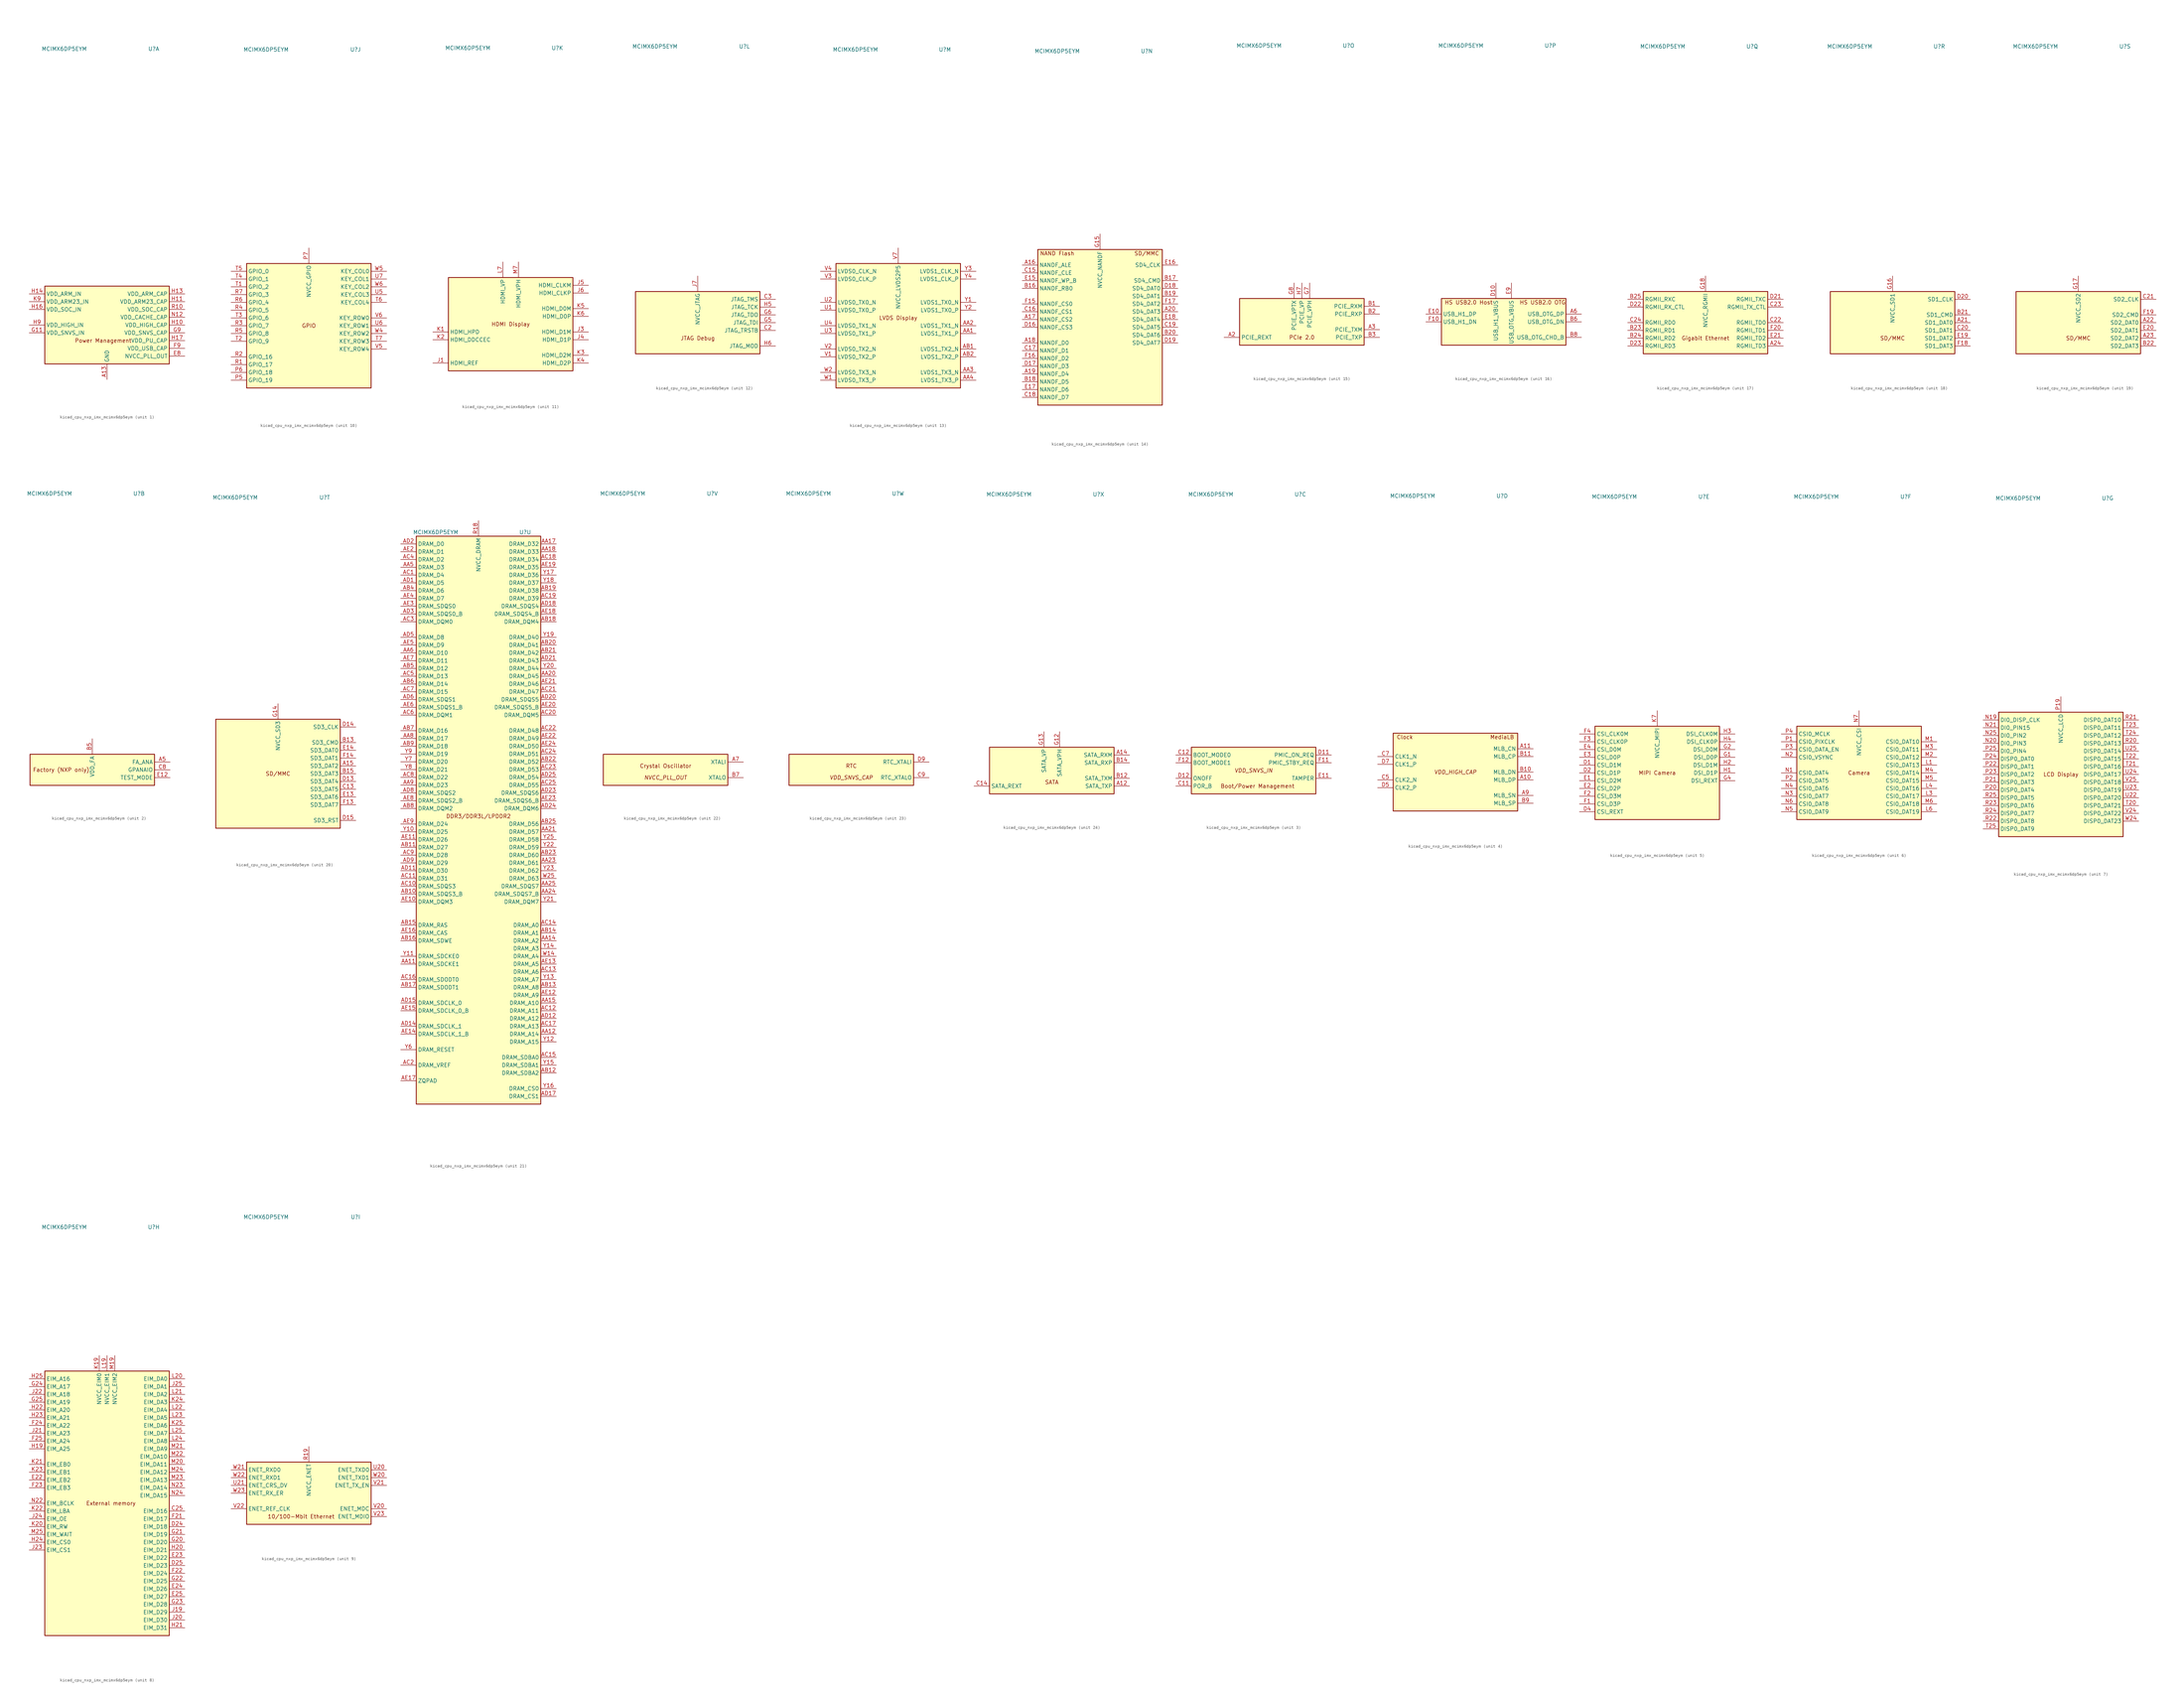
<source format=kicad_sym>
(kicad_symbol_lib
  (version 20220914)
  (generator kicad_symbol_editor)
  (symbol "kicad_cpu_nxp_imx_mcimx6dp5eym"
    (property "Reference" "U"
      (at 15.24 90.17 0)
      (effects (font (size 1.27 1.27))))
    (property "Value" "MCIMX6DP5EYM"
      (at -13.97 90.17 0)
      (effects (font (size 1.27 1.27))))
    (property "ki_locked" ""
      (at 0 0 0)
      (effects (font (size 1.27 1.27))))
    (symbol "kicad_cpu_nxp_imx_mcimx6dp5eym_1_0"
      (text "Power Management" (at -1.27 -5.08 0) (effects (font (size 1.27 1.27)))))
    (symbol "kicad_cpu_nxp_imx_mcimx6dp5eym_1_1"
      (rectangle (start -20.32 12.7) (end 20.32 -12.7) (stroke (width 0.254) (type default)) (fill (type background)))
      (pin power_in line (at 0 -17.78 90) (length 5.08) (name "GND" (effects (font (size 1.27 1.27)))) (number "A13" (effects (font (size 1.27 1.27)))))
      (pin passive line (at 0 -17.78 90) (length 5.08) hide (name "GND" (effects (font (size 1.27 1.27)))) (number "A25" (effects (font (size 1.27 1.27)))))
      (pin passive line (at 0 -17.78 90) (length 5.08) hide (name "GND" (effects (font (size 1.27 1.27)))) (number "A4" (effects (font (size 1.27 1.27)))))
      (pin passive line (at 0 -17.78 90) (length 5.08) hide (name "GND" (effects (font (size 1.27 1.27)))) (number "A8" (effects (font (size 1.27 1.27)))))
      (pin passive line (at 0 -17.78 90) (length 5.08) hide (name "GND" (effects (font (size 1.27 1.27)))) (number "AA10" (effects (font (size 1.27 1.27)))))
      (pin passive line (at 0 -17.78 90) (length 5.08) hide (name "GND" (effects (font (size 1.27 1.27)))) (number "AA13" (effects (font (size 1.27 1.27)))))
      (pin passive line (at 0 -17.78 90) (length 5.08) hide (name "GND" (effects (font (size 1.27 1.27)))) (number "AA16" (effects (font (size 1.27 1.27)))))
      (pin passive line (at 0 -17.78 90) (length 5.08) hide (name "GND" (effects (font (size 1.27 1.27)))) (number "AA19" (effects (font (size 1.27 1.27)))))
      (pin passive line (at 0 -17.78 90) (length 5.08) hide (name "GND" (effects (font (size 1.27 1.27)))) (number "AA22" (effects (font (size 1.27 1.27)))))
      (pin passive line (at 0 -17.78 90) (length 5.08) hide (name "GND" (effects (font (size 1.27 1.27)))) (number "AA7" (effects (font (size 1.27 1.27)))))
      (pin passive line (at 0 -17.78 90) (length 5.08) hide (name "GND" (effects (font (size 1.27 1.27)))) (number "AB24" (effects (font (size 1.27 1.27)))))
      (pin passive line (at 0 -17.78 90) (length 5.08) hide (name "GND" (effects (font (size 1.27 1.27)))) (number "AB3" (effects (font (size 1.27 1.27)))))
      (pin passive line (at 0 -17.78 90) (length 5.08) hide (name "GND" (effects (font (size 1.27 1.27)))) (number "AD10" (effects (font (size 1.27 1.27)))))
      (pin passive line (at 0 -17.78 90) (length 5.08) hide (name "GND" (effects (font (size 1.27 1.27)))) (number "AD13" (effects (font (size 1.27 1.27)))))
      (pin passive line (at 0 -17.78 90) (length 5.08) hide (name "GND" (effects (font (size 1.27 1.27)))) (number "AD16" (effects (font (size 1.27 1.27)))))
      (pin passive line (at 0 -17.78 90) (length 5.08) hide (name "GND" (effects (font (size 1.27 1.27)))) (number "AD19" (effects (font (size 1.27 1.27)))))
      (pin passive line (at 0 -17.78 90) (length 5.08) hide (name "GND" (effects (font (size 1.27 1.27)))) (number "AD22" (effects (font (size 1.27 1.27)))))
      (pin passive line (at 0 -17.78 90) (length 5.08) hide (name "GND" (effects (font (size 1.27 1.27)))) (number "AD4" (effects (font (size 1.27 1.27)))))
      (pin passive line (at 0 -17.78 90) (length 5.08) hide (name "GND" (effects (font (size 1.27 1.27)))) (number "AD7" (effects (font (size 1.27 1.27)))))
      (pin passive line (at 0 -17.78 90) (length 5.08) hide (name "GND" (effects (font (size 1.27 1.27)))) (number "AE1" (effects (font (size 1.27 1.27)))))
      (pin passive line (at 0 -17.78 90) (length 5.08) hide (name "GND" (effects (font (size 1.27 1.27)))) (number "AE25" (effects (font (size 1.27 1.27)))))
      (pin passive line (at 0 -17.78 90) (length 5.08) hide (name "GND" (effects (font (size 1.27 1.27)))) (number "B4" (effects (font (size 1.27 1.27)))))
      (pin passive line (at 0 -17.78 90) (length 5.08) hide (name "GND" (effects (font (size 1.27 1.27)))) (number "C1" (effects (font (size 1.27 1.27)))))
      (pin passive line (at 0 -17.78 90) (length 5.08) hide (name "GND" (effects (font (size 1.27 1.27)))) (number "C10" (effects (font (size 1.27 1.27)))))
      (pin passive line (at 0 -17.78 90) (length 5.08) hide (name "GND" (effects (font (size 1.27 1.27)))) (number "C4" (effects (font (size 1.27 1.27)))))
      (pin passive line (at 0 -17.78 90) (length 5.08) hide (name "GND" (effects (font (size 1.27 1.27)))) (number "C6" (effects (font (size 1.27 1.27)))))
      (pin passive line (at 0 -17.78 90) (length 5.08) hide (name "GND" (effects (font (size 1.27 1.27)))) (number "D3" (effects (font (size 1.27 1.27)))))
      (pin passive line (at 0 -17.78 90) (length 5.08) hide (name "GND" (effects (font (size 1.27 1.27)))) (number "D6" (effects (font (size 1.27 1.27)))))
      (pin passive line (at 0 -17.78 90) (length 5.08) hide (name "GND" (effects (font (size 1.27 1.27)))) (number "D8" (effects (font (size 1.27 1.27)))))
      (pin passive line (at 0 -17.78 90) (length 5.08) hide (name "GND" (effects (font (size 1.27 1.27)))) (number "E5" (effects (font (size 1.27 1.27)))))
      (pin passive line (at 0 -17.78 90) (length 5.08) hide (name "GND" (effects (font (size 1.27 1.27)))) (number "E6" (effects (font (size 1.27 1.27)))))
      (pin passive line (at 0 -17.78 90) (length 5.08) hide (name "GND" (effects (font (size 1.27 1.27)))) (number "E7" (effects (font (size 1.27 1.27)))))
      (pin power_out line (at 25.4 -10.16 180) (length 5.08) (name "NVCC_PLL_OUT" (effects (font (size 1.27 1.27)))) (number "E8" (effects (font (size 1.27 1.27)))))
      (pin passive line (at 0 -17.78 90) (length 5.08) hide (name "GND" (effects (font (size 1.27 1.27)))) (number "F5" (effects (font (size 1.27 1.27)))))
      (pin passive line (at 0 -17.78 90) (length 5.08) hide (name "GND" (effects (font (size 1.27 1.27)))) (number "F6" (effects (font (size 1.27 1.27)))))
      (pin passive line (at 0 -17.78 90) (length 5.08) hide (name "GND" (effects (font (size 1.27 1.27)))) (number "F7" (effects (font (size 1.27 1.27)))))
      (pin passive line (at 0 -17.78 90) (length 5.08) hide (name "GND" (effects (font (size 1.27 1.27)))) (number "F8" (effects (font (size 1.27 1.27)))))
      (pin power_out line (at 25.4 -7.62 180) (length 5.08) (name "VDD_USB_CAP" (effects (font (size 1.27 1.27)))) (number "F9" (effects (font (size 1.27 1.27)))))
      (pin passive line (at 0 -17.78 90) (length 5.08) hide (name "GND" (effects (font (size 1.27 1.27)))) (number "G10" (effects (font (size 1.27 1.27)))))
      (pin power_in line (at -25.4 -2.54 0) (length 5.08) (name "VDD_SNVS_IN" (effects (font (size 1.27 1.27)))) (number "G11" (effects (font (size 1.27 1.27)))))
      (pin passive line (at 0 -17.78 90) (length 5.08) hide (name "GND" (effects (font (size 1.27 1.27)))) (number "G19" (effects (font (size 1.27 1.27)))))
      (pin passive line (at 0 -17.78 90) (length 5.08) hide (name "GND" (effects (font (size 1.27 1.27)))) (number "G3" (effects (font (size 1.27 1.27)))))
      (pin power_out line (at 25.4 -2.54 180) (length 5.08) (name "VDD_SNVS_CAP" (effects (font (size 1.27 1.27)))) (number "G9" (effects (font (size 1.27 1.27)))))
      (pin power_out line (at 25.4 0 180) (length 5.08) (name "VDD_HIGH_CAP" (effects (font (size 1.27 1.27)))) (number "H10" (effects (font (size 1.27 1.27)))))
      (pin power_out line (at 25.4 7.62 180) (length 5.08) (name "VDD_ARM23_CAP" (effects (font (size 1.27 1.27)))) (number "H11" (effects (font (size 1.27 1.27)))))
      (pin passive line (at 0 -17.78 90) (length 5.08) hide (name "GND" (effects (font (size 1.27 1.27)))) (number "H12" (effects (font (size 1.27 1.27)))))
      (pin power_out line (at 25.4 10.16 180) (length 5.08) (name "VDD_ARM_CAP" (effects (font (size 1.27 1.27)))) (number "H13" (effects (font (size 1.27 1.27)))))
      (pin power_in line (at -25.4 10.16 0) (length 5.08) (name "VDD_ARM_IN" (effects (font (size 1.27 1.27)))) (number "H14" (effects (font (size 1.27 1.27)))))
      (pin passive line (at 0 -17.78 90) (length 5.08) hide (name "GND" (effects (font (size 1.27 1.27)))) (number "H15" (effects (font (size 1.27 1.27)))))
      (pin power_in line (at -25.4 5.08 0) (length 5.08) (name "VDD_SOC_IN" (effects (font (size 1.27 1.27)))) (number "H16" (effects (font (size 1.27 1.27)))))
      (pin power_out line (at 25.4 -5.08 180) (length 5.08) (name "VDD_PU_CAP" (effects (font (size 1.27 1.27)))) (number "H17" (effects (font (size 1.27 1.27)))))
      (pin passive line (at 0 -17.78 90) (length 5.08) hide (name "GND" (effects (font (size 1.27 1.27)))) (number "H18" (effects (font (size 1.27 1.27)))))
      (pin passive line (at 0 -17.78 90) (length 5.08) hide (name "GND" (effects (font (size 1.27 1.27)))) (number "H8" (effects (font (size 1.27 1.27)))))
      (pin power_in line (at -25.4 0 0) (length 5.08) (name "VDD_HIGH_IN" (effects (font (size 1.27 1.27)))) (number "H9" (effects (font (size 1.27 1.27)))))
      (pin passive line (at 25.4 0 180) (length 5.08) hide (name "VDD_HIGH_CAP" (effects (font (size 1.27 1.27)))) (number "J10" (effects (font (size 1.27 1.27)))))
      (pin passive line (at 25.4 7.62 180) (length 5.08) hide (name "VDD_ARM23_CAP" (effects (font (size 1.27 1.27)))) (number "J11" (effects (font (size 1.27 1.27)))))
      (pin passive line (at 0 -17.78 90) (length 5.08) hide (name "GND" (effects (font (size 1.27 1.27)))) (number "J12" (effects (font (size 1.27 1.27)))))
      (pin passive line (at 25.4 10.16 180) (length 5.08) hide (name "VDD_ARM_CAP" (effects (font (size 1.27 1.27)))) (number "J13" (effects (font (size 1.27 1.27)))))
      (pin passive line (at -25.4 10.16 0) (length 5.08) hide (name "VDD_ARM_IN" (effects (font (size 1.27 1.27)))) (number "J14" (effects (font (size 1.27 1.27)))))
      (pin passive line (at 0 -17.78 90) (length 5.08) hide (name "GND" (effects (font (size 1.27 1.27)))) (number "J15" (effects (font (size 1.27 1.27)))))
      (pin passive line (at -25.4 5.08 0) (length 5.08) hide (name "VDD_SOC_IN" (effects (font (size 1.27 1.27)))) (number "J16" (effects (font (size 1.27 1.27)))))
      (pin passive line (at 25.4 -5.08 180) (length 5.08) hide (name "VDD_PU_CAP" (effects (font (size 1.27 1.27)))) (number "J17" (effects (font (size 1.27 1.27)))))
      (pin passive line (at 0 -17.78 90) (length 5.08) hide (name "GND" (effects (font (size 1.27 1.27)))) (number "J18" (effects (font (size 1.27 1.27)))))
      (pin passive line (at 0 -17.78 90) (length 5.08) hide (name "GND" (effects (font (size 1.27 1.27)))) (number "J2" (effects (font (size 1.27 1.27)))))
      (pin passive line (at 0 -17.78 90) (length 5.08) hide (name "GND" (effects (font (size 1.27 1.27)))) (number "J8" (effects (font (size 1.27 1.27)))))
      (pin passive line (at -25.4 0 0) (length 5.08) hide (name "VDD_HIGH_IN" (effects (font (size 1.27 1.27)))) (number "J9" (effects (font (size 1.27 1.27)))))
      (pin passive line (at 0 -17.78 90) (length 5.08) hide (name "GND" (effects (font (size 1.27 1.27)))) (number "K10" (effects (font (size 1.27 1.27)))))
      (pin passive line (at 25.4 7.62 180) (length 5.08) hide (name "VDD_ARM23_CAP" (effects (font (size 1.27 1.27)))) (number "K11" (effects (font (size 1.27 1.27)))))
      (pin passive line (at 0 -17.78 90) (length 5.08) hide (name "GND" (effects (font (size 1.27 1.27)))) (number "K12" (effects (font (size 1.27 1.27)))))
      (pin passive line (at 25.4 10.16 180) (length 5.08) hide (name "VDD_ARM_CAP" (effects (font (size 1.27 1.27)))) (number "K13" (effects (font (size 1.27 1.27)))))
      (pin passive line (at -25.4 10.16 0) (length 5.08) hide (name "VDD_ARM_IN" (effects (font (size 1.27 1.27)))) (number "K14" (effects (font (size 1.27 1.27)))))
      (pin passive line (at 0 -17.78 90) (length 5.08) hide (name "GND" (effects (font (size 1.27 1.27)))) (number "K15" (effects (font (size 1.27 1.27)))))
      (pin passive line (at -25.4 5.08 0) (length 5.08) hide (name "VDD_SOC_IN" (effects (font (size 1.27 1.27)))) (number "K16" (effects (font (size 1.27 1.27)))))
      (pin passive line (at 25.4 -5.08 180) (length 5.08) hide (name "VDD_PU_CAP" (effects (font (size 1.27 1.27)))) (number "K17" (effects (font (size 1.27 1.27)))))
      (pin passive line (at 0 -17.78 90) (length 5.08) hide (name "GND" (effects (font (size 1.27 1.27)))) (number "K18" (effects (font (size 1.27 1.27)))))
      (pin passive line (at 0 -17.78 90) (length 5.08) hide (name "GND" (effects (font (size 1.27 1.27)))) (number "K8" (effects (font (size 1.27 1.27)))))
      (pin power_in line (at -25.4 7.62 0) (length 5.08) (name "VDD_ARM23_IN" (effects (font (size 1.27 1.27)))) (number "K9" (effects (font (size 1.27 1.27)))))
      (pin passive line (at 0 -17.78 90) (length 5.08) hide (name "GND" (effects (font (size 1.27 1.27)))) (number "L10" (effects (font (size 1.27 1.27)))))
      (pin passive line (at 25.4 7.62 180) (length 5.08) hide (name "VDD_ARM23_CAP" (effects (font (size 1.27 1.27)))) (number "L11" (effects (font (size 1.27 1.27)))))
      (pin passive line (at 0 -17.78 90) (length 5.08) hide (name "GND" (effects (font (size 1.27 1.27)))) (number "L12" (effects (font (size 1.27 1.27)))))
      (pin passive line (at 25.4 10.16 180) (length 5.08) hide (name "VDD_ARM_CAP" (effects (font (size 1.27 1.27)))) (number "L13" (effects (font (size 1.27 1.27)))))
      (pin passive line (at -25.4 10.16 0) (length 5.08) hide (name "VDD_ARM_IN" (effects (font (size 1.27 1.27)))) (number "L14" (effects (font (size 1.27 1.27)))))
      (pin passive line (at 0 -17.78 90) (length 5.08) hide (name "GND" (effects (font (size 1.27 1.27)))) (number "L15" (effects (font (size 1.27 1.27)))))
      (pin passive line (at -25.4 5.08 0) (length 5.08) hide (name "VDD_SOC_IN" (effects (font (size 1.27 1.27)))) (number "L16" (effects (font (size 1.27 1.27)))))
      (pin passive line (at 25.4 -5.08 180) (length 5.08) hide (name "VDD_PU_CAP" (effects (font (size 1.27 1.27)))) (number "L17" (effects (font (size 1.27 1.27)))))
      (pin passive line (at 0 -17.78 90) (length 5.08) hide (name "GND" (effects (font (size 1.27 1.27)))) (number "L18" (effects (font (size 1.27 1.27)))))
      (pin passive line (at 0 -17.78 90) (length 5.08) hide (name "GND" (effects (font (size 1.27 1.27)))) (number "L2" (effects (font (size 1.27 1.27)))))
      (pin passive line (at 0 -17.78 90) (length 5.08) hide (name "GND" (effects (font (size 1.27 1.27)))) (number "L5" (effects (font (size 1.27 1.27)))))
      (pin passive line (at 0 -17.78 90) (length 5.08) hide (name "GND" (effects (font (size 1.27 1.27)))) (number "L8" (effects (font (size 1.27 1.27)))))
      (pin passive line (at -25.4 7.62 0) (length 5.08) hide (name "VDD_ARM23_IN" (effects (font (size 1.27 1.27)))) (number "L9" (effects (font (size 1.27 1.27)))))
      (pin passive line (at 0 -17.78 90) (length 5.08) hide (name "GND" (effects (font (size 1.27 1.27)))) (number "M10" (effects (font (size 1.27 1.27)))))
      (pin passive line (at 25.4 7.62 180) (length 5.08) hide (name "VDD_ARM23_CAP" (effects (font (size 1.27 1.27)))) (number "M11" (effects (font (size 1.27 1.27)))))
      (pin passive line (at 0 -17.78 90) (length 5.08) hide (name "GND" (effects (font (size 1.27 1.27)))) (number "M12" (effects (font (size 1.27 1.27)))))
      (pin passive line (at 25.4 10.16 180) (length 5.08) hide (name "VDD_ARM_CAP" (effects (font (size 1.27 1.27)))) (number "M13" (effects (font (size 1.27 1.27)))))
      (pin passive line (at -25.4 10.16 0) (length 5.08) hide (name "VDD_ARM_IN" (effects (font (size 1.27 1.27)))) (number "M14" (effects (font (size 1.27 1.27)))))
      (pin passive line (at 0 -17.78 90) (length 5.08) hide (name "GND" (effects (font (size 1.27 1.27)))) (number "M15" (effects (font (size 1.27 1.27)))))
      (pin passive line (at -25.4 5.08 0) (length 5.08) hide (name "VDD_SOC_IN" (effects (font (size 1.27 1.27)))) (number "M16" (effects (font (size 1.27 1.27)))))
      (pin passive line (at 25.4 -5.08 180) (length 5.08) hide (name "VDD_PU_CAP" (effects (font (size 1.27 1.27)))) (number "M17" (effects (font (size 1.27 1.27)))))
      (pin passive line (at 0 -17.78 90) (length 5.08) hide (name "GND" (effects (font (size 1.27 1.27)))) (number "M18" (effects (font (size 1.27 1.27)))))
      (pin passive line (at 0 -17.78 90) (length 5.08) hide (name "GND" (effects (font (size 1.27 1.27)))) (number "M8" (effects (font (size 1.27 1.27)))))
      (pin passive line (at -25.4 7.62 0) (length 5.08) hide (name "VDD_ARM23_IN" (effects (font (size 1.27 1.27)))) (number "M9" (effects (font (size 1.27 1.27)))))
      (pin passive line (at 0 -17.78 90) (length 5.08) hide (name "GND" (effects (font (size 1.27 1.27)))) (number "N10" (effects (font (size 1.27 1.27)))))
      (pin passive line (at 25.4 7.62 180) (length 5.08) hide (name "VDD_ARM23_CAP" (effects (font (size 1.27 1.27)))) (number "N11" (effects (font (size 1.27 1.27)))))
      (pin power_in line (at 25.4 2.54 180) (length 5.08) (name "VDD_CACHE_CAP" (effects (font (size 1.27 1.27)))) (number "N12" (effects (font (size 1.27 1.27)))))
      (pin passive line (at 25.4 10.16 180) (length 5.08) hide (name "VDD_ARM_CAP" (effects (font (size 1.27 1.27)))) (number "N13" (effects (font (size 1.27 1.27)))))
      (pin passive line (at -25.4 10.16 0) (length 5.08) hide (name "VDD_ARM_IN" (effects (font (size 1.27 1.27)))) (number "N14" (effects (font (size 1.27 1.27)))))
      (pin passive line (at 0 -17.78 90) (length 5.08) hide (name "GND" (effects (font (size 1.27 1.27)))) (number "N15" (effects (font (size 1.27 1.27)))))
      (pin passive line (at -25.4 5.08 0) (length 5.08) hide (name "VDD_SOC_IN" (effects (font (size 1.27 1.27)))) (number "N16" (effects (font (size 1.27 1.27)))))
      (pin passive line (at 25.4 -5.08 180) (length 5.08) hide (name "VDD_PU_CAP" (effects (font (size 1.27 1.27)))) (number "N17" (effects (font (size 1.27 1.27)))))
      (pin passive line (at 0 -17.78 90) (length 5.08) hide (name "GND" (effects (font (size 1.27 1.27)))) (number "N18" (effects (font (size 1.27 1.27)))))
      (pin passive line (at 0 -17.78 90) (length 5.08) hide (name "GND" (effects (font (size 1.27 1.27)))) (number "N8" (effects (font (size 1.27 1.27)))))
      (pin passive line (at -25.4 7.62 0) (length 5.08) hide (name "VDD_ARM23_IN" (effects (font (size 1.27 1.27)))) (number "N9" (effects (font (size 1.27 1.27)))))
      (pin passive line (at 0 -17.78 90) (length 5.08) hide (name "GND" (effects (font (size 1.27 1.27)))) (number "P10" (effects (font (size 1.27 1.27)))))
      (pin passive line (at 25.4 7.62 180) (length 5.08) hide (name "VDD_ARM23_CAP" (effects (font (size 1.27 1.27)))) (number "P11" (effects (font (size 1.27 1.27)))))
      (pin passive line (at 0 -17.78 90) (length 5.08) hide (name "GND" (effects (font (size 1.27 1.27)))) (number "P12" (effects (font (size 1.27 1.27)))))
      (pin passive line (at 25.4 10.16 180) (length 5.08) hide (name "VDD_ARM_CAP" (effects (font (size 1.27 1.27)))) (number "P13" (effects (font (size 1.27 1.27)))))
      (pin passive line (at -25.4 10.16 0) (length 5.08) hide (name "VDD_ARM_IN" (effects (font (size 1.27 1.27)))) (number "P14" (effects (font (size 1.27 1.27)))))
      (pin passive line (at 0 -17.78 90) (length 5.08) hide (name "GND" (effects (font (size 1.27 1.27)))) (number "P15" (effects (font (size 1.27 1.27)))))
      (pin passive line (at -25.4 5.08 0) (length 5.08) hide (name "VDD_SOC_IN" (effects (font (size 1.27 1.27)))) (number "P16" (effects (font (size 1.27 1.27)))))
      (pin passive line (at 25.4 -5.08 180) (length 5.08) hide (name "VDD_PU_CAP" (effects (font (size 1.27 1.27)))) (number "P17" (effects (font (size 1.27 1.27)))))
      (pin passive line (at 0 -17.78 90) (length 5.08) hide (name "GND" (effects (font (size 1.27 1.27)))) (number "P18" (effects (font (size 1.27 1.27)))))
      (pin passive line (at 0 -17.78 90) (length 5.08) hide (name "GND" (effects (font (size 1.27 1.27)))) (number "P8" (effects (font (size 1.27 1.27)))))
      (pin passive line (at -25.4 7.62 0) (length 5.08) hide (name "VDD_ARM23_IN" (effects (font (size 1.27 1.27)))) (number "P9" (effects (font (size 1.27 1.27)))))
      (pin power_out line (at 25.4 5.08 180) (length 5.08) (name "VDD_SOC_CAP" (effects (font (size 1.27 1.27)))) (number "R10" (effects (font (size 1.27 1.27)))))
      (pin passive line (at 25.4 7.62 180) (length 5.08) hide (name "VDD_ARM23_CAP" (effects (font (size 1.27 1.27)))) (number "R11" (effects (font (size 1.27 1.27)))))
      (pin passive line (at 0 -17.78 90) (length 5.08) hide (name "GND" (effects (font (size 1.27 1.27)))) (number "R12" (effects (font (size 1.27 1.27)))))
      (pin passive line (at 25.4 10.16 180) (length 5.08) hide (name "VDD_ARM_CAP" (effects (font (size 1.27 1.27)))) (number "R13" (effects (font (size 1.27 1.27)))))
      (pin passive line (at -25.4 10.16 0) (length 5.08) hide (name "VDD_ARM_IN" (effects (font (size 1.27 1.27)))) (number "R14" (effects (font (size 1.27 1.27)))))
      (pin passive line (at 0 -17.78 90) (length 5.08) hide (name "GND" (effects (font (size 1.27 1.27)))) (number "R15" (effects (font (size 1.27 1.27)))))
      (pin passive line (at -25.4 5.08 0) (length 5.08) hide (name "VDD_SOC_IN" (effects (font (size 1.27 1.27)))) (number "R16" (effects (font (size 1.27 1.27)))))
      (pin passive line (at 0 -17.78 90) (length 5.08) hide (name "GND" (effects (font (size 1.27 1.27)))) (number "R17" (effects (font (size 1.27 1.27)))))
      (pin passive line (at 0 -17.78 90) (length 5.08) hide (name "GND" (effects (font (size 1.27 1.27)))) (number "R8" (effects (font (size 1.27 1.27)))))
      (pin passive line (at -25.4 7.62 0) (length 5.08) hide (name "VDD_ARM23_IN" (effects (font (size 1.27 1.27)))) (number "R9" (effects (font (size 1.27 1.27)))))
      (pin passive line (at 25.4 5.08 180) (length 5.08) hide (name "VDD_SOC_CAP" (effects (font (size 1.27 1.27)))) (number "T10" (effects (font (size 1.27 1.27)))))
      (pin passive line (at 0 -17.78 90) (length 5.08) hide (name "GND" (effects (font (size 1.27 1.27)))) (number "T11" (effects (font (size 1.27 1.27)))))
      (pin passive line (at 0 -17.78 90) (length 5.08) hide (name "GND" (effects (font (size 1.27 1.27)))) (number "T12" (effects (font (size 1.27 1.27)))))
      (pin passive line (at 25.4 5.08 180) (length 5.08) hide (name "VDD_SOC_CAP" (effects (font (size 1.27 1.27)))) (number "T13" (effects (font (size 1.27 1.27)))))
      (pin passive line (at 25.4 5.08 180) (length 5.08) hide (name "VDD_SOC_CAP" (effects (font (size 1.27 1.27)))) (number "T14" (effects (font (size 1.27 1.27)))))
      (pin passive line (at 0 -17.78 90) (length 5.08) hide (name "GND" (effects (font (size 1.27 1.27)))) (number "T15" (effects (font (size 1.27 1.27)))))
      (pin passive line (at -25.4 5.08 0) (length 5.08) hide (name "VDD_SOC_IN" (effects (font (size 1.27 1.27)))) (number "T16" (effects (font (size 1.27 1.27)))))
      (pin passive line (at 0 -17.78 90) (length 5.08) hide (name "GND" (effects (font (size 1.27 1.27)))) (number "T17" (effects (font (size 1.27 1.27)))))
      (pin passive line (at 0 -17.78 90) (length 5.08) hide (name "GND" (effects (font (size 1.27 1.27)))) (number "T19" (effects (font (size 1.27 1.27)))))
      (pin passive line (at 0 -17.78 90) (length 5.08) hide (name "GND" (effects (font (size 1.27 1.27)))) (number "T8" (effects (font (size 1.27 1.27)))))
      (pin passive line (at -25.4 7.62 0) (length 5.08) hide (name "VDD_ARM23_IN" (effects (font (size 1.27 1.27)))) (number "T9" (effects (font (size 1.27 1.27)))))
      (pin passive line (at 25.4 5.08 180) (length 5.08) hide (name "VDD_SOC_CAP" (effects (font (size 1.27 1.27)))) (number "U10" (effects (font (size 1.27 1.27)))))
      (pin passive line (at 0 -17.78 90) (length 5.08) hide (name "GND" (effects (font (size 1.27 1.27)))) (number "U11" (effects (font (size 1.27 1.27)))))
      (pin passive line (at 0 -17.78 90) (length 5.08) hide (name "GND" (effects (font (size 1.27 1.27)))) (number "U12" (effects (font (size 1.27 1.27)))))
      (pin passive line (at 25.4 5.08 180) (length 5.08) hide (name "VDD_SOC_CAP" (effects (font (size 1.27 1.27)))) (number "U13" (effects (font (size 1.27 1.27)))))
      (pin passive line (at 25.4 5.08 180) (length 5.08) hide (name "VDD_SOC_CAP" (effects (font (size 1.27 1.27)))) (number "U14" (effects (font (size 1.27 1.27)))))
      (pin passive line (at 0 -17.78 90) (length 5.08) hide (name "GND" (effects (font (size 1.27 1.27)))) (number "U15" (effects (font (size 1.27 1.27)))))
      (pin passive line (at -25.4 5.08 0) (length 5.08) hide (name "VDD_SOC_IN" (effects (font (size 1.27 1.27)))) (number "U16" (effects (font (size 1.27 1.27)))))
      (pin passive line (at 0 -17.78 90) (length 5.08) hide (name "GND" (effects (font (size 1.27 1.27)))) (number "U17" (effects (font (size 1.27 1.27)))))
      (pin passive line (at 0 -17.78 90) (length 5.08) hide (name "GND" (effects (font (size 1.27 1.27)))) (number "U19" (effects (font (size 1.27 1.27)))))
      (pin passive line (at 0 -17.78 90) (length 5.08) hide (name "GND" (effects (font (size 1.27 1.27)))) (number "U8" (effects (font (size 1.27 1.27)))))
      (pin passive line (at -25.4 7.62 0) (length 5.08) hide (name "VDD_ARM23_IN" (effects (font (size 1.27 1.27)))) (number "U9" (effects (font (size 1.27 1.27)))))
      (pin passive line (at 0 -17.78 90) (length 5.08) hide (name "GND" (effects (font (size 1.27 1.27)))) (number "V19" (effects (font (size 1.27 1.27)))))
      (pin passive line (at 0 -17.78 90) (length 5.08) hide (name "GND" (effects (font (size 1.27 1.27)))) (number "V8" (effects (font (size 1.27 1.27)))))
      (pin passive line (at 0 -17.78 90) (length 5.08) hide (name "GND" (effects (font (size 1.27 1.27)))) (number "W10" (effects (font (size 1.27 1.27)))))
      (pin passive line (at 0 -17.78 90) (length 5.08) hide (name "GND" (effects (font (size 1.27 1.27)))) (number "W11" (effects (font (size 1.27 1.27)))))
      (pin passive line (at 0 -17.78 90) (length 5.08) hide (name "GND" (effects (font (size 1.27 1.27)))) (number "W12" (effects (font (size 1.27 1.27)))))
      (pin passive line (at 0 -17.78 90) (length 5.08) hide (name "GND" (effects (font (size 1.27 1.27)))) (number "W13" (effects (font (size 1.27 1.27)))))
      (pin passive line (at 0 -17.78 90) (length 5.08) hide (name "GND" (effects (font (size 1.27 1.27)))) (number "W15" (effects (font (size 1.27 1.27)))))
      (pin passive line (at 0 -17.78 90) (length 5.08) hide (name "GND" (effects (font (size 1.27 1.27)))) (number "W16" (effects (font (size 1.27 1.27)))))
      (pin passive line (at 0 -17.78 90) (length 5.08) hide (name "GND" (effects (font (size 1.27 1.27)))) (number "W17" (effects (font (size 1.27 1.27)))))
      (pin passive line (at 0 -17.78 90) (length 5.08) hide (name "GND" (effects (font (size 1.27 1.27)))) (number "W18" (effects (font (size 1.27 1.27)))))
      (pin passive line (at 0 -17.78 90) (length 5.08) hide (name "GND" (effects (font (size 1.27 1.27)))) (number "W19" (effects (font (size 1.27 1.27)))))
      (pin passive line (at 0 -17.78 90) (length 5.08) hide (name "GND" (effects (font (size 1.27 1.27)))) (number "W3" (effects (font (size 1.27 1.27)))))
      (pin passive line (at 0 -17.78 90) (length 5.08) hide (name "GND" (effects (font (size 1.27 1.27)))) (number "W7" (effects (font (size 1.27 1.27)))))
      (pin passive line (at 0 -17.78 90) (length 5.08) hide (name "GND" (effects (font (size 1.27 1.27)))) (number "W8" (effects (font (size 1.27 1.27)))))
      (pin passive line (at 0 -17.78 90) (length 5.08) hide (name "GND" (effects (font (size 1.27 1.27)))) (number "W9" (effects (font (size 1.27 1.27)))))
      (pin passive line (at 0 -17.78 90) (length 5.08) hide (name "GND" (effects (font (size 1.27 1.27)))) (number "Y24" (effects (font (size 1.27 1.27)))))
      (pin passive line (at 0 -17.78 90) (length 5.08) hide (name "GND" (effects (font (size 1.27 1.27)))) (number "Y5" (effects (font (size 1.27 1.27))))))
    (symbol "kicad_cpu_nxp_imx_mcimx6dp5eym_2_0"
      (text "Factory (NXP only)" (at -10.16 0 0) (effects (font (size 1.27 1.27)))))
    (symbol "kicad_cpu_nxp_imx_mcimx6dp5eym_2_1"
      (rectangle (start -20.32 5.08) (end 20.32 -5.08) (stroke (width 0.254) (type default)) (fill (type background)))
      (pin passive line (at 25.4 2.54 180) (length 5.08) (name "FA_ANA" (effects (font (size 1.27 1.27)))) (number "A5" (effects (font (size 1.27 1.27)))))
      (pin passive line (at 0 10.16 270) (length 5.08) (name "VDD_FA" (effects (font (size 1.27 1.27)))) (number "B5" (effects (font (size 1.27 1.27)))))
      (pin passive line (at 25.4 0 180) (length 5.08) (name "GPANAIO" (effects (font (size 1.27 1.27)))) (number "C8" (effects (font (size 1.27 1.27)))))
      (pin passive line (at 25.4 -2.54 180) (length 5.08) (name "TEST_MODE" (effects (font (size 1.27 1.27)))) (number "E12" (effects (font (size 1.27 1.27))))))
    (symbol "kicad_cpu_nxp_imx_mcimx6dp5eym_3_0"
      (text "Boot/Power Management" (at 1.27 -5.08 0) (effects (font (size 1.27 1.27)))))
    (symbol "kicad_cpu_nxp_imx_mcimx6dp5eym_3_1"
      (rectangle (start -20.32 7.62) (end 20.32 -7.62) (stroke (width 0.254) (type default)) (fill (type background)))
      (text "VDD_SNVS_IN" (at 0 0 0) (effects (font (size 1.27 1.27) italic)))
      (pin input line (at -25.4 -5.08 0) (length 5.08) (name "POR_B" (effects (font (size 1.27 1.27)))) (number "C11" (effects (font (size 1.27 1.27)))))
      (pin input line (at -25.4 5.08 0) (length 5.08) (name "BOOT_MODE0" (effects (font (size 1.27 1.27)))) (number "C12" (effects (font (size 1.27 1.27)))))
      (pin output line (at 25.4 5.08 180) (length 5.08) (name "PMIC_ON_REQ" (effects (font (size 1.27 1.27)))) (number "D11" (effects (font (size 1.27 1.27)))))
      (pin input line (at -25.4 -2.54 0) (length 5.08) (name "ONOFF" (effects (font (size 1.27 1.27)))) (number "D12" (effects (font (size 1.27 1.27)))))
      (pin input line (at 25.4 -2.54 180) (length 5.08) (name "TAMPER" (effects (font (size 1.27 1.27)))) (number "E11" (effects (font (size 1.27 1.27)))))
      (pin output line (at 25.4 2.54 180) (length 5.08) (name "PMIC_STBY_REQ" (effects (font (size 1.27 1.27)))) (number "F11" (effects (font (size 1.27 1.27)))))
      (pin input line (at -25.4 2.54 0) (length 5.08) (name "BOOT_MODE1" (effects (font (size 1.27 1.27)))) (number "F12" (effects (font (size 1.27 1.27))))))
    (symbol "kicad_cpu_nxp_imx_mcimx6dp5eym_4_0"
      (text "Clock" (at -16.51 11.43 0) (effects (font (size 1.27 1.27))))
      (text "MediaLB" (at 15.24 11.43 0) (effects (font (size 1.27 1.27)))))
    (symbol "kicad_cpu_nxp_imx_mcimx6dp5eym_4_1"
      (rectangle (start -20.32 12.7) (end 20.32 -12.7) (stroke (width 0.254) (type default)) (fill (type background)))
      (text "VDD_HIGH_CAP" (at 0 0 0) (effects (font (size 1.27 1.27) italic)))
      (pin bidirectional line (at 25.4 -2.54 180) (length 5.08) (name "MLB_DP" (effects (font (size 1.27 1.27)))) (number "A10" (effects (font (size 1.27 1.27)))))
      (pin input line (at 25.4 7.62 180) (length 5.08) (name "MLB_CN" (effects (font (size 1.27 1.27)))) (number "A11" (effects (font (size 1.27 1.27)))))
      (pin bidirectional line (at 25.4 -7.62 180) (length 5.08) (name "MLB_SN" (effects (font (size 1.27 1.27)))) (number "A9" (effects (font (size 1.27 1.27)))))
      (pin bidirectional line (at 25.4 0 180) (length 5.08) (name "MLB_DN" (effects (font (size 1.27 1.27)))) (number "B10" (effects (font (size 1.27 1.27)))))
      (pin input line (at 25.4 5.08 180) (length 5.08) (name "MLB_CP" (effects (font (size 1.27 1.27)))) (number "B11" (effects (font (size 1.27 1.27)))))
      (pin bidirectional line (at 25.4 -10.16 180) (length 5.08) (name "MLB_SP" (effects (font (size 1.27 1.27)))) (number "B9" (effects (font (size 1.27 1.27)))))
      (pin bidirectional line (at -25.4 -2.54 0) (length 5.08) (name "CLK2_N" (effects (font (size 1.27 1.27)))) (number "C5" (effects (font (size 1.27 1.27)))))
      (pin bidirectional line (at -25.4 5.08 0) (length 5.08) (name "CLK1_N" (effects (font (size 1.27 1.27)))) (number "C7" (effects (font (size 1.27 1.27)))))
      (pin bidirectional line (at -25.4 -5.08 0) (length 5.08) (name "CLK2_P" (effects (font (size 1.27 1.27)))) (number "D5" (effects (font (size 1.27 1.27)))))
      (pin bidirectional line (at -25.4 2.54 0) (length 5.08) (name "CLK1_P" (effects (font (size 1.27 1.27)))) (number "D7" (effects (font (size 1.27 1.27))))))
    (symbol "kicad_cpu_nxp_imx_mcimx6dp5eym_5_0"
      (text "MIPI Camera" (at 0 0 0) (effects (font (size 1.27 1.27)))))
    (symbol "kicad_cpu_nxp_imx_mcimx6dp5eym_5_1"
      (rectangle (start -20.32 15.24) (end 20.32 -15.24) (stroke (width 0.254) (type default)) (fill (type background)))
      (pin input line (at -25.4 2.54 0) (length 5.08) (name "CSI_D1M" (effects (font (size 1.27 1.27)))) (number "D1" (effects (font (size 1.27 1.27)))))
      (pin input line (at -25.4 0 0) (length 5.08) (name "CSI_D1P" (effects (font (size 1.27 1.27)))) (number "D2" (effects (font (size 1.27 1.27)))))
      (pin passive line (at -25.4 -12.7 0) (length 5.08) (name "CSI_REXT" (effects (font (size 1.27 1.27)))) (number "D4" (effects (font (size 1.27 1.27)))))
      (pin input line (at -25.4 -2.54 0) (length 5.08) (name "CSI_D2M" (effects (font (size 1.27 1.27)))) (number "E1" (effects (font (size 1.27 1.27)))))
      (pin input line (at -25.4 -5.08 0) (length 5.08) (name "CSI_D2P" (effects (font (size 1.27 1.27)))) (number "E2" (effects (font (size 1.27 1.27)))))
      (pin input line (at -25.4 5.08 0) (length 5.08) (name "CSI_D0P" (effects (font (size 1.27 1.27)))) (number "E3" (effects (font (size 1.27 1.27)))))
      (pin input line (at -25.4 7.62 0) (length 5.08) (name "CSI_D0M" (effects (font (size 1.27 1.27)))) (number "E4" (effects (font (size 1.27 1.27)))))
      (pin input line (at -25.4 -10.16 0) (length 5.08) (name "CSI_D3P" (effects (font (size 1.27 1.27)))) (number "F1" (effects (font (size 1.27 1.27)))))
      (pin input line (at -25.4 -7.62 0) (length 5.08) (name "CSI_D3M" (effects (font (size 1.27 1.27)))) (number "F2" (effects (font (size 1.27 1.27)))))
      (pin input line (at -25.4 10.16 0) (length 5.08) (name "CSI_CLK0P" (effects (font (size 1.27 1.27)))) (number "F3" (effects (font (size 1.27 1.27)))))
      (pin input line (at -25.4 12.7 0) (length 5.08) (name "CSI_CLK0M" (effects (font (size 1.27 1.27)))) (number "F4" (effects (font (size 1.27 1.27)))))
      (pin output line (at 25.4 5.08 180) (length 5.08) (name "DSI_D0P" (effects (font (size 1.27 1.27)))) (number "G1" (effects (font (size 1.27 1.27)))))
      (pin output line (at 25.4 7.62 180) (length 5.08) (name "DSI_D0M" (effects (font (size 1.27 1.27)))) (number "G2" (effects (font (size 1.27 1.27)))))
      (pin passive line (at 25.4 -2.54 180) (length 5.08) (name "DSI_REXT" (effects (font (size 1.27 1.27)))) (number "G4" (effects (font (size 1.27 1.27)))))
      (pin output line (at 25.4 0 180) (length 5.08) (name "DSI_D1P" (effects (font (size 1.27 1.27)))) (number "H1" (effects (font (size 1.27 1.27)))))
      (pin output line (at 25.4 2.54 180) (length 5.08) (name "DSI_D1M" (effects (font (size 1.27 1.27)))) (number "H2" (effects (font (size 1.27 1.27)))))
      (pin output line (at 25.4 12.7 180) (length 5.08) (name "DSI_CLK0M" (effects (font (size 1.27 1.27)))) (number "H3" (effects (font (size 1.27 1.27)))))
      (pin output line (at 25.4 10.16 180) (length 5.08) (name "DSI_CLK0P" (effects (font (size 1.27 1.27)))) (number "H4" (effects (font (size 1.27 1.27)))))
      (pin power_in line (at 0 20.32 270) (length 5.08) (name "NVCC_MIPI" (effects (font (size 1.27 1.27)))) (number "K7" (effects (font (size 1.27 1.27))))))
    (symbol "kicad_cpu_nxp_imx_mcimx6dp5eym_6_0"
      (text "Camera" (at 0 0 0) (effects (font (size 1.27 1.27)))))
    (symbol "kicad_cpu_nxp_imx_mcimx6dp5eym_6_1"
      (rectangle (start -20.32 15.24) (end 20.32 -15.24) (stroke (width 0.254) (type default)) (fill (type background)))
      (pin bidirectional line (at 25.4 2.54 180) (length 5.08) (name "CSI0_DAT13" (effects (font (size 1.27 1.27)))) (number "L1" (effects (font (size 1.27 1.27)))))
      (pin bidirectional line (at 25.4 -7.62 180) (length 5.08) (name "CSI0_DAT17" (effects (font (size 1.27 1.27)))) (number "L3" (effects (font (size 1.27 1.27)))))
      (pin bidirectional line (at 25.4 -5.08 180) (length 5.08) (name "CSI0_DAT16" (effects (font (size 1.27 1.27)))) (number "L4" (effects (font (size 1.27 1.27)))))
      (pin bidirectional line (at 25.4 -12.7 180) (length 5.08) (name "CSI0_DAT19" (effects (font (size 1.27 1.27)))) (number "L6" (effects (font (size 1.27 1.27)))))
      (pin bidirectional line (at 25.4 10.16 180) (length 5.08) (name "CSI0_DAT10" (effects (font (size 1.27 1.27)))) (number "M1" (effects (font (size 1.27 1.27)))))
      (pin bidirectional line (at 25.4 5.08 180) (length 5.08) (name "CSI0_DAT12" (effects (font (size 1.27 1.27)))) (number "M2" (effects (font (size 1.27 1.27)))))
      (pin bidirectional line (at 25.4 7.62 180) (length 5.08) (name "CSI0_DAT11" (effects (font (size 1.27 1.27)))) (number "M3" (effects (font (size 1.27 1.27)))))
      (pin bidirectional line (at 25.4 0 180) (length 5.08) (name "CSI0_DAT14" (effects (font (size 1.27 1.27)))) (number "M4" (effects (font (size 1.27 1.27)))))
      (pin bidirectional line (at 25.4 -2.54 180) (length 5.08) (name "CSI0_DAT15" (effects (font (size 1.27 1.27)))) (number "M5" (effects (font (size 1.27 1.27)))))
      (pin bidirectional line (at 25.4 -10.16 180) (length 5.08) (name "CSI0_DAT18" (effects (font (size 1.27 1.27)))) (number "M6" (effects (font (size 1.27 1.27)))))
      (pin bidirectional line (at -25.4 0 0) (length 5.08) (name "CSI0_DAT4" (effects (font (size 1.27 1.27)))) (number "N1" (effects (font (size 1.27 1.27)))))
      (pin bidirectional line (at -25.4 5.08 0) (length 5.08) (name "CSI0_VSYNC" (effects (font (size 1.27 1.27)))) (number "N2" (effects (font (size 1.27 1.27)))))
      (pin bidirectional line (at -25.4 -7.62 0) (length 5.08) (name "CSI0_DAT7" (effects (font (size 1.27 1.27)))) (number "N3" (effects (font (size 1.27 1.27)))))
      (pin bidirectional line (at -25.4 -5.08 0) (length 5.08) (name "CSI0_DAT6" (effects (font (size 1.27 1.27)))) (number "N4" (effects (font (size 1.27 1.27)))))
      (pin bidirectional line (at -25.4 -12.7 0) (length 5.08) (name "CSI0_DAT9" (effects (font (size 1.27 1.27)))) (number "N5" (effects (font (size 1.27 1.27)))))
      (pin bidirectional line (at -25.4 -10.16 0) (length 5.08) (name "CSI0_DAT8" (effects (font (size 1.27 1.27)))) (number "N6" (effects (font (size 1.27 1.27)))))
      (pin power_in line (at 0 20.32 270) (length 5.08) (name "NVCC_CSI" (effects (font (size 1.27 1.27)))) (number "N7" (effects (font (size 1.27 1.27)))))
      (pin bidirectional line (at -25.4 10.16 0) (length 5.08) (name "CSI0_PIXCLK" (effects (font (size 1.27 1.27)))) (number "P1" (effects (font (size 1.27 1.27)))))
      (pin bidirectional line (at -25.4 -2.54 0) (length 5.08) (name "CSI0_DAT5" (effects (font (size 1.27 1.27)))) (number "P2" (effects (font (size 1.27 1.27)))))
      (pin bidirectional line (at -25.4 7.62 0) (length 5.08) (name "CSI0_DATA_EN" (effects (font (size 1.27 1.27)))) (number "P3" (effects (font (size 1.27 1.27)))))
      (pin bidirectional line (at -25.4 12.7 0) (length 5.08) (name "CSI0_MCLK" (effects (font (size 1.27 1.27)))) (number "P4" (effects (font (size 1.27 1.27))))))
    (symbol "kicad_cpu_nxp_imx_mcimx6dp5eym_7_0"
      (text "LCD Display" (at 0 0 0) (effects (font (size 1.27 1.27)))))
    (symbol "kicad_cpu_nxp_imx_mcimx6dp5eym_7_1"
      (rectangle (start -20.32 20.32) (end 20.32 -20.32) (stroke (width 0.254) (type default)) (fill (type background)))
      (pin bidirectional line (at -25.4 17.78 0) (length 5.08) (name "DI0_DISP_CLK" (effects (font (size 1.27 1.27)))) (number "N19" (effects (font (size 1.27 1.27)))))
      (pin bidirectional line (at -25.4 10.16 0) (length 5.08) (name "DI0_PIN3" (effects (font (size 1.27 1.27)))) (number "N20" (effects (font (size 1.27 1.27)))))
      (pin bidirectional line (at -25.4 15.24 0) (length 5.08) (name "DI0_PIN15" (effects (font (size 1.27 1.27)))) (number "N21" (effects (font (size 1.27 1.27)))))
      (pin bidirectional line (at -25.4 12.7 0) (length 5.08) (name "DI0_PIN2" (effects (font (size 1.27 1.27)))) (number "N25" (effects (font (size 1.27 1.27)))))
      (pin power_in line (at 0 25.4 270) (length 5.08) (name "NVCC_LCD" (effects (font (size 1.27 1.27)))) (number "P19" (effects (font (size 1.27 1.27)))))
      (pin bidirectional line (at -25.4 -5.08 0) (length 5.08) (name "DISP0_DAT4" (effects (font (size 1.27 1.27)))) (number "P20" (effects (font (size 1.27 1.27)))))
      (pin bidirectional line (at -25.4 -2.54 0) (length 5.08) (name "DISP0_DAT3" (effects (font (size 1.27 1.27)))) (number "P21" (effects (font (size 1.27 1.27)))))
      (pin bidirectional line (at -25.4 2.54 0) (length 5.08) (name "DISP0_DAT1" (effects (font (size 1.27 1.27)))) (number "P22" (effects (font (size 1.27 1.27)))))
      (pin bidirectional line (at -25.4 0 0) (length 5.08) (name "DISP0_DAT2" (effects (font (size 1.27 1.27)))) (number "P23" (effects (font (size 1.27 1.27)))))
      (pin bidirectional line (at -25.4 5.08 0) (length 5.08) (name "DISP0_DAT0" (effects (font (size 1.27 1.27)))) (number "P24" (effects (font (size 1.27 1.27)))))
      (pin bidirectional line (at -25.4 7.62 0) (length 5.08) (name "DI0_PIN4" (effects (font (size 1.27 1.27)))) (number "P25" (effects (font (size 1.27 1.27)))))
      (pin bidirectional line (at 25.4 10.16 180) (length 5.08) (name "DISP0_DAT13" (effects (font (size 1.27 1.27)))) (number "R20" (effects (font (size 1.27 1.27)))))
      (pin bidirectional line (at 25.4 17.78 180) (length 5.08) (name "DISP0_DAT10" (effects (font (size 1.27 1.27)))) (number "R21" (effects (font (size 1.27 1.27)))))
      (pin bidirectional line (at -25.4 -15.24 0) (length 5.08) (name "DISP0_DAT8" (effects (font (size 1.27 1.27)))) (number "R22" (effects (font (size 1.27 1.27)))))
      (pin bidirectional line (at -25.4 -10.16 0) (length 5.08) (name "DISP0_DAT6" (effects (font (size 1.27 1.27)))) (number "R23" (effects (font (size 1.27 1.27)))))
      (pin bidirectional line (at -25.4 -12.7 0) (length 5.08) (name "DISP0_DAT7" (effects (font (size 1.27 1.27)))) (number "R24" (effects (font (size 1.27 1.27)))))
      (pin bidirectional line (at -25.4 -7.62 0) (length 5.08) (name "DISP0_DAT5" (effects (font (size 1.27 1.27)))) (number "R25" (effects (font (size 1.27 1.27)))))
      (pin bidirectional line (at 25.4 -10.16 180) (length 5.08) (name "DISP0_DAT21" (effects (font (size 1.27 1.27)))) (number "T20" (effects (font (size 1.27 1.27)))))
      (pin bidirectional line (at 25.4 2.54 180) (length 5.08) (name "DISP0_DAT16" (effects (font (size 1.27 1.27)))) (number "T21" (effects (font (size 1.27 1.27)))))
      (pin bidirectional line (at 25.4 5.08 180) (length 5.08) (name "DISP0_DAT15" (effects (font (size 1.27 1.27)))) (number "T22" (effects (font (size 1.27 1.27)))))
      (pin bidirectional line (at 25.4 15.24 180) (length 5.08) (name "DISP0_DAT11" (effects (font (size 1.27 1.27)))) (number "T23" (effects (font (size 1.27 1.27)))))
      (pin bidirectional line (at 25.4 12.7 180) (length 5.08) (name "DISP0_DAT12" (effects (font (size 1.27 1.27)))) (number "T24" (effects (font (size 1.27 1.27)))))
      (pin bidirectional line (at -25.4 -17.78 0) (length 5.08) (name "DISP0_DAT9" (effects (font (size 1.27 1.27)))) (number "T25" (effects (font (size 1.27 1.27)))))
      (pin bidirectional line (at 25.4 -7.62 180) (length 5.08) (name "DISP0_DAT20" (effects (font (size 1.27 1.27)))) (number "U22" (effects (font (size 1.27 1.27)))))
      (pin bidirectional line (at 25.4 -5.08 180) (length 5.08) (name "DISP0_DAT19" (effects (font (size 1.27 1.27)))) (number "U23" (effects (font (size 1.27 1.27)))))
      (pin bidirectional line (at 25.4 0 180) (length 5.08) (name "DISP0_DAT17" (effects (font (size 1.27 1.27)))) (number "U24" (effects (font (size 1.27 1.27)))))
      (pin bidirectional line (at 25.4 7.62 180) (length 5.08) (name "DISP0_DAT14" (effects (font (size 1.27 1.27)))) (number "U25" (effects (font (size 1.27 1.27)))))
      (pin bidirectional line (at 25.4 -12.7 180) (length 5.08) (name "DISP0_DAT22" (effects (font (size 1.27 1.27)))) (number "V24" (effects (font (size 1.27 1.27)))))
      (pin bidirectional line (at 25.4 -2.54 180) (length 5.08) (name "DISP0_DAT18" (effects (font (size 1.27 1.27)))) (number "V25" (effects (font (size 1.27 1.27)))))
      (pin bidirectional line (at 25.4 -15.24 180) (length 5.08) (name "DISP0_DAT23" (effects (font (size 1.27 1.27)))) (number "W24" (effects (font (size 1.27 1.27))))))
    (symbol "kicad_cpu_nxp_imx_mcimx6dp5eym_8_0"
      (text "External memory" (at 1.27 0 0) (effects (font (size 1.27 1.27)))))
    (symbol "kicad_cpu_nxp_imx_mcimx6dp5eym_8_1"
      (rectangle (start -20.32 43.18) (end 20.32 -43.18) (stroke (width 0.254) (type default)) (fill (type background)))
      (pin bidirectional line (at 25.4 -2.54 180) (length 5.08) (name "EIM_D16" (effects (font (size 1.27 1.27)))) (number "C25" (effects (font (size 1.27 1.27)))))
      (pin bidirectional line (at 25.4 -7.62 180) (length 5.08) (name "EIM_D18" (effects (font (size 1.27 1.27)))) (number "D24" (effects (font (size 1.27 1.27)))))
      (pin bidirectional line (at 25.4 -20.32 180) (length 5.08) (name "EIM_D23" (effects (font (size 1.27 1.27)))) (number "D25" (effects (font (size 1.27 1.27)))))
      (pin bidirectional line (at -25.4 7.62 0) (length 5.08) (name "EIM_EB2" (effects (font (size 1.27 1.27)))) (number "E22" (effects (font (size 1.27 1.27)))))
      (pin bidirectional line (at 25.4 -17.78 180) (length 5.08) (name "EIM_D22" (effects (font (size 1.27 1.27)))) (number "E23" (effects (font (size 1.27 1.27)))))
      (pin bidirectional line (at 25.4 -27.94 180) (length 5.08) (name "EIM_D26" (effects (font (size 1.27 1.27)))) (number "E24" (effects (font (size 1.27 1.27)))))
      (pin bidirectional line (at 25.4 -30.48 180) (length 5.08) (name "EIM_D27" (effects (font (size 1.27 1.27)))) (number "E25" (effects (font (size 1.27 1.27)))))
      (pin bidirectional line (at 25.4 -5.08 180) (length 5.08) (name "EIM_D17" (effects (font (size 1.27 1.27)))) (number "F21" (effects (font (size 1.27 1.27)))))
      (pin bidirectional line (at 25.4 -22.86 180) (length 5.08) (name "EIM_D24" (effects (font (size 1.27 1.27)))) (number "F22" (effects (font (size 1.27 1.27)))))
      (pin bidirectional line (at -25.4 5.08 0) (length 5.08) (name "EIM_EB3" (effects (font (size 1.27 1.27)))) (number "F23" (effects (font (size 1.27 1.27)))))
      (pin bidirectional line (at -25.4 25.4 0) (length 5.08) (name "EIM_A22" (effects (font (size 1.27 1.27)))) (number "F24" (effects (font (size 1.27 1.27)))))
      (pin bidirectional line (at -25.4 20.32 0) (length 5.08) (name "EIM_A24" (effects (font (size 1.27 1.27)))) (number "F25" (effects (font (size 1.27 1.27)))))
      (pin bidirectional line (at 25.4 -12.7 180) (length 5.08) (name "EIM_D20" (effects (font (size 1.27 1.27)))) (number "G20" (effects (font (size 1.27 1.27)))))
      (pin bidirectional line (at 25.4 -10.16 180) (length 5.08) (name "EIM_D19" (effects (font (size 1.27 1.27)))) (number "G21" (effects (font (size 1.27 1.27)))))
      (pin bidirectional line (at 25.4 -25.4 180) (length 5.08) (name "EIM_D25" (effects (font (size 1.27 1.27)))) (number "G22" (effects (font (size 1.27 1.27)))))
      (pin bidirectional line (at 25.4 -33.02 180) (length 5.08) (name "EIM_D28" (effects (font (size 1.27 1.27)))) (number "G23" (effects (font (size 1.27 1.27)))))
      (pin bidirectional line (at -25.4 38.1 0) (length 5.08) (name "EIM_A17" (effects (font (size 1.27 1.27)))) (number "G24" (effects (font (size 1.27 1.27)))))
      (pin bidirectional line (at -25.4 33.02 0) (length 5.08) (name "EIM_A19" (effects (font (size 1.27 1.27)))) (number "G25" (effects (font (size 1.27 1.27)))))
      (pin bidirectional line (at -25.4 17.78 0) (length 5.08) (name "EIM_A25" (effects (font (size 1.27 1.27)))) (number "H19" (effects (font (size 1.27 1.27)))))
      (pin bidirectional line (at 25.4 -15.24 180) (length 5.08) (name "EIM_D21" (effects (font (size 1.27 1.27)))) (number "H20" (effects (font (size 1.27 1.27)))))
      (pin bidirectional line (at 25.4 -40.64 180) (length 5.08) (name "EIM_D31" (effects (font (size 1.27 1.27)))) (number "H21" (effects (font (size 1.27 1.27)))))
      (pin bidirectional line (at -25.4 30.48 0) (length 5.08) (name "EIM_A20" (effects (font (size 1.27 1.27)))) (number "H22" (effects (font (size 1.27 1.27)))))
      (pin bidirectional line (at -25.4 27.94 0) (length 5.08) (name "EIM_A21" (effects (font (size 1.27 1.27)))) (number "H23" (effects (font (size 1.27 1.27)))))
      (pin bidirectional line (at -25.4 -12.7 0) (length 5.08) (name "EIM_CS0" (effects (font (size 1.27 1.27)))) (number "H24" (effects (font (size 1.27 1.27)))))
      (pin bidirectional line (at -25.4 40.64 0) (length 5.08) (name "EIM_A16" (effects (font (size 1.27 1.27)))) (number "H25" (effects (font (size 1.27 1.27)))))
      (pin bidirectional line (at 25.4 -35.56 180) (length 5.08) (name "EIM_D29" (effects (font (size 1.27 1.27)))) (number "J19" (effects (font (size 1.27 1.27)))))
      (pin bidirectional line (at 25.4 -38.1 180) (length 5.08) (name "EIM_D30" (effects (font (size 1.27 1.27)))) (number "J20" (effects (font (size 1.27 1.27)))))
      (pin bidirectional line (at -25.4 22.86 0) (length 5.08) (name "EIM_A23" (effects (font (size 1.27 1.27)))) (number "J21" (effects (font (size 1.27 1.27)))))
      (pin bidirectional line (at -25.4 35.56 0) (length 5.08) (name "EIM_A18" (effects (font (size 1.27 1.27)))) (number "J22" (effects (font (size 1.27 1.27)))))
      (pin bidirectional line (at -25.4 -15.24 0) (length 5.08) (name "EIM_CS1" (effects (font (size 1.27 1.27)))) (number "J23" (effects (font (size 1.27 1.27)))))
      (pin bidirectional line (at -25.4 -5.08 0) (length 5.08) (name "EIM_OE" (effects (font (size 1.27 1.27)))) (number "J24" (effects (font (size 1.27 1.27)))))
      (pin bidirectional line (at 25.4 38.1 180) (length 5.08) (name "EIM_DA1" (effects (font (size 1.27 1.27)))) (number "J25" (effects (font (size 1.27 1.27)))))
      (pin power_in line (at -2.54 48.26 270) (length 5.08) (name "NVCC_EIM0" (effects (font (size 1.27 1.27)))) (number "K19" (effects (font (size 1.27 1.27)))))
      (pin bidirectional line (at -25.4 -7.62 0) (length 5.08) (name "EIM_RW" (effects (font (size 1.27 1.27)))) (number "K20" (effects (font (size 1.27 1.27)))))
      (pin bidirectional line (at -25.4 12.7 0) (length 5.08) (name "EIM_EB0" (effects (font (size 1.27 1.27)))) (number "K21" (effects (font (size 1.27 1.27)))))
      (pin bidirectional line (at -25.4 -2.54 0) (length 5.08) (name "EIM_LBA" (effects (font (size 1.27 1.27)))) (number "K22" (effects (font (size 1.27 1.27)))))
      (pin bidirectional line (at -25.4 10.16 0) (length 5.08) (name "EIM_EB1" (effects (font (size 1.27 1.27)))) (number "K23" (effects (font (size 1.27 1.27)))))
      (pin bidirectional line (at 25.4 33.02 180) (length 5.08) (name "EIM_DA3" (effects (font (size 1.27 1.27)))) (number "K24" (effects (font (size 1.27 1.27)))))
      (pin bidirectional line (at 25.4 25.4 180) (length 5.08) (name "EIM_DA6" (effects (font (size 1.27 1.27)))) (number "K25" (effects (font (size 1.27 1.27)))))
      (pin power_in line (at 0 48.26 270) (length 5.08) (name "NVCC_EIM1" (effects (font (size 1.27 1.27)))) (number "L19" (effects (font (size 1.27 1.27)))))
      (pin bidirectional line (at 25.4 40.64 180) (length 5.08) (name "EIM_DA0" (effects (font (size 1.27 1.27)))) (number "L20" (effects (font (size 1.27 1.27)))))
      (pin bidirectional line (at 25.4 35.56 180) (length 5.08) (name "EIM_DA2" (effects (font (size 1.27 1.27)))) (number "L21" (effects (font (size 1.27 1.27)))))
      (pin bidirectional line (at 25.4 30.48 180) (length 5.08) (name "EIM_DA4" (effects (font (size 1.27 1.27)))) (number "L22" (effects (font (size 1.27 1.27)))))
      (pin bidirectional line (at 25.4 27.94 180) (length 5.08) (name "EIM_DA5" (effects (font (size 1.27 1.27)))) (number "L23" (effects (font (size 1.27 1.27)))))
      (pin bidirectional line (at 25.4 20.32 180) (length 5.08) (name "EIM_DA8" (effects (font (size 1.27 1.27)))) (number "L24" (effects (font (size 1.27 1.27)))))
      (pin bidirectional line (at 25.4 22.86 180) (length 5.08) (name "EIM_DA7" (effects (font (size 1.27 1.27)))) (number "L25" (effects (font (size 1.27 1.27)))))
      (pin power_in line (at 2.54 48.26 270) (length 5.08) (name "NVCC_EIM2" (effects (font (size 1.27 1.27)))) (number "M19" (effects (font (size 1.27 1.27)))))
      (pin bidirectional line (at 25.4 12.7 180) (length 5.08) (name "EIM_DA11" (effects (font (size 1.27 1.27)))) (number "M20" (effects (font (size 1.27 1.27)))))
      (pin bidirectional line (at 25.4 17.78 180) (length 5.08) (name "EIM_DA9" (effects (font (size 1.27 1.27)))) (number "M21" (effects (font (size 1.27 1.27)))))
      (pin bidirectional line (at 25.4 15.24 180) (length 5.08) (name "EIM_DA10" (effects (font (size 1.27 1.27)))) (number "M22" (effects (font (size 1.27 1.27)))))
      (pin bidirectional line (at 25.4 7.62 180) (length 5.08) (name "EIM_DA13" (effects (font (size 1.27 1.27)))) (number "M23" (effects (font (size 1.27 1.27)))))
      (pin bidirectional line (at 25.4 10.16 180) (length 5.08) (name "EIM_DA12" (effects (font (size 1.27 1.27)))) (number "M24" (effects (font (size 1.27 1.27)))))
      (pin bidirectional line (at -25.4 -10.16 0) (length 5.08) (name "EIM_WAIT" (effects (font (size 1.27 1.27)))) (number "M25" (effects (font (size 1.27 1.27)))))
      (pin bidirectional line (at -25.4 0 0) (length 5.08) (name "EIM_BCLK" (effects (font (size 1.27 1.27)))) (number "N22" (effects (font (size 1.27 1.27)))))
      (pin bidirectional line (at 25.4 5.08 180) (length 5.08) (name "EIM_DA14" (effects (font (size 1.27 1.27)))) (number "N23" (effects (font (size 1.27 1.27)))))
      (pin bidirectional line (at 25.4 2.54 180) (length 5.08) (name "EIM_DA15" (effects (font (size 1.27 1.27)))) (number "N24" (effects (font (size 1.27 1.27))))))
    (symbol "kicad_cpu_nxp_imx_mcimx6dp5eym_9_0"
      (text "10/100-Mbit Ethernet" (at -2.54 -7.62 0) (effects (font (size 1.27 1.27)))))
    (symbol "kicad_cpu_nxp_imx_mcimx6dp5eym_9_1"
      (rectangle (start -20.32 10.16) (end 20.32 -10.16) (stroke (width 0.254) (type default)) (fill (type background)))
      (pin power_in line (at 0 15.24 270) (length 5.08) (name "NVCC_ENET" (effects (font (size 1.27 1.27)))) (number "R19" (effects (font (size 1.27 1.27)))))
      (pin bidirectional line (at 25.4 7.62 180) (length 5.08) (name "ENET_TXD0" (effects (font (size 1.27 1.27)))) (number "U20" (effects (font (size 1.27 1.27)))))
      (pin bidirectional line (at -25.4 2.54 0) (length 5.08) (name "ENET_CRS_DV" (effects (font (size 1.27 1.27)))) (number "U21" (effects (font (size 1.27 1.27)))))
      (pin bidirectional line (at 25.4 -5.08 180) (length 5.08) (name "ENET_MDC" (effects (font (size 1.27 1.27)))) (number "V20" (effects (font (size 1.27 1.27)))))
      (pin bidirectional line (at 25.4 2.54 180) (length 5.08) (name "ENET_TX_EN" (effects (font (size 1.27 1.27)))) (number "V21" (effects (font (size 1.27 1.27)))))
      (pin bidirectional line (at -25.4 -5.08 0) (length 5.08) (name "ENET_REF_CLK" (effects (font (size 1.27 1.27)))) (number "V22" (effects (font (size 1.27 1.27)))))
      (pin bidirectional line (at 25.4 -7.62 180) (length 5.08) (name "ENET_MDIO" (effects (font (size 1.27 1.27)))) (number "V23" (effects (font (size 1.27 1.27)))))
      (pin bidirectional line (at 25.4 5.08 180) (length 5.08) (name "ENET_TXD1" (effects (font (size 1.27 1.27)))) (number "W20" (effects (font (size 1.27 1.27)))))
      (pin bidirectional line (at -25.4 7.62 0) (length 5.08) (name "ENET_RXD0" (effects (font (size 1.27 1.27)))) (number "W21" (effects (font (size 1.27 1.27)))))
      (pin bidirectional line (at -25.4 5.08 0) (length 5.08) (name "ENET_RXD1" (effects (font (size 1.27 1.27)))) (number "W22" (effects (font (size 1.27 1.27)))))
      (pin bidirectional line (at -25.4 0 0) (length 5.08) (name "ENET_RX_ER" (effects (font (size 1.27 1.27)))) (number "W23" (effects (font (size 1.27 1.27))))))
    (symbol "kicad_cpu_nxp_imx_mcimx6dp5eym_10_0"
      (text "GPIO" (at 0 0 0) (effects (font (size 1.27 1.27)))))
    (symbol "kicad_cpu_nxp_imx_mcimx6dp5eym_10_1"
      (rectangle (start -20.32 20.32) (end 20.32 -20.32) (stroke (width 0.254) (type default)) (fill (type background)))
      (pin bidirectional line (at -25.4 -17.78 0) (length 5.08) (name "GPIO_19" (effects (font (size 1.27 1.27)))) (number "P5" (effects (font (size 1.27 1.27)))))
      (pin bidirectional line (at -25.4 -15.24 0) (length 5.08) (name "GPIO_18" (effects (font (size 1.27 1.27)))) (number "P6" (effects (font (size 1.27 1.27)))))
      (pin power_in line (at 0 25.4 270) (length 5.08) (name "NVCC_GPIO" (effects (font (size 1.27 1.27)))) (number "P7" (effects (font (size 1.27 1.27)))))
      (pin bidirectional line (at -25.4 -12.7 0) (length 5.08) (name "GPIO_17" (effects (font (size 1.27 1.27)))) (number "R1" (effects (font (size 1.27 1.27)))))
      (pin bidirectional line (at -25.4 -10.16 0) (length 5.08) (name "GPIO_16" (effects (font (size 1.27 1.27)))) (number "R2" (effects (font (size 1.27 1.27)))))
      (pin bidirectional line (at -25.4 0 0) (length 5.08) (name "GPIO_7" (effects (font (size 1.27 1.27)))) (number "R3" (effects (font (size 1.27 1.27)))))
      (pin bidirectional line (at -25.4 5.08 0) (length 5.08) (name "GPIO_5" (effects (font (size 1.27 1.27)))) (number "R4" (effects (font (size 1.27 1.27)))))
      (pin bidirectional line (at -25.4 -2.54 0) (length 5.08) (name "GPIO_8" (effects (font (size 1.27 1.27)))) (number "R5" (effects (font (size 1.27 1.27)))))
      (pin bidirectional line (at -25.4 7.62 0) (length 5.08) (name "GPIO_4" (effects (font (size 1.27 1.27)))) (number "R6" (effects (font (size 1.27 1.27)))))
      (pin bidirectional line (at -25.4 10.16 0) (length 5.08) (name "GPIO_3" (effects (font (size 1.27 1.27)))) (number "R7" (effects (font (size 1.27 1.27)))))
      (pin bidirectional line (at -25.4 12.7 0) (length 5.08) (name "GPIO_2" (effects (font (size 1.27 1.27)))) (number "T1" (effects (font (size 1.27 1.27)))))
      (pin bidirectional line (at -25.4 -5.08 0) (length 5.08) (name "GPIO_9" (effects (font (size 1.27 1.27)))) (number "T2" (effects (font (size 1.27 1.27)))))
      (pin bidirectional line (at -25.4 2.54 0) (length 5.08) (name "GPIO_6" (effects (font (size 1.27 1.27)))) (number "T3" (effects (font (size 1.27 1.27)))))
      (pin bidirectional line (at -25.4 15.24 0) (length 5.08) (name "GPIO_1" (effects (font (size 1.27 1.27)))) (number "T4" (effects (font (size 1.27 1.27)))))
      (pin bidirectional line (at -25.4 17.78 0) (length 5.08) (name "GPIO_0" (effects (font (size 1.27 1.27)))) (number "T5" (effects (font (size 1.27 1.27)))))
      (pin bidirectional line (at 25.4 7.62 180) (length 5.08) (name "KEY_COL4" (effects (font (size 1.27 1.27)))) (number "T6" (effects (font (size 1.27 1.27)))))
      (pin bidirectional line (at 25.4 -5.08 180) (length 5.08) (name "KEY_ROW3" (effects (font (size 1.27 1.27)))) (number "T7" (effects (font (size 1.27 1.27)))))
      (pin bidirectional line (at 25.4 10.16 180) (length 5.08) (name "KEY_COL3" (effects (font (size 1.27 1.27)))) (number "U5" (effects (font (size 1.27 1.27)))))
      (pin bidirectional line (at 25.4 0 180) (length 5.08) (name "KEY_ROW1" (effects (font (size 1.27 1.27)))) (number "U6" (effects (font (size 1.27 1.27)))))
      (pin bidirectional line (at 25.4 15.24 180) (length 5.08) (name "KEY_COL1" (effects (font (size 1.27 1.27)))) (number "U7" (effects (font (size 1.27 1.27)))))
      (pin bidirectional line (at 25.4 -7.62 180) (length 5.08) (name "KEY_ROW4" (effects (font (size 1.27 1.27)))) (number "V5" (effects (font (size 1.27 1.27)))))
      (pin bidirectional line (at 25.4 2.54 180) (length 5.08) (name "KEY_ROW0" (effects (font (size 1.27 1.27)))) (number "V6" (effects (font (size 1.27 1.27)))))
      (pin bidirectional line (at 25.4 -2.54 180) (length 5.08) (name "KEY_ROW2" (effects (font (size 1.27 1.27)))) (number "W4" (effects (font (size 1.27 1.27)))))
      (pin bidirectional line (at 25.4 17.78 180) (length 5.08) (name "KEY_COL0" (effects (font (size 1.27 1.27)))) (number "W5" (effects (font (size 1.27 1.27)))))
      (pin bidirectional line (at 25.4 12.7 180) (length 5.08) (name "KEY_COL2" (effects (font (size 1.27 1.27)))) (number "W6" (effects (font (size 1.27 1.27))))))
    (symbol "kicad_cpu_nxp_imx_mcimx6dp5eym_11_0"
      (text "HDMI Display" (at 0 0 0) (effects (font (size 1.27 1.27)))))
    (symbol "kicad_cpu_nxp_imx_mcimx6dp5eym_11_1"
      (rectangle (start -20.32 15.24) (end 20.32 -15.24) (stroke (width 0.254) (type default)) (fill (type background)))
      (pin passive line (at -25.4 -12.7 0) (length 5.08) (name "HDMI_REF" (effects (font (size 1.27 1.27)))) (number "J1" (effects (font (size 1.27 1.27)))))
      (pin output line (at 25.4 -2.54 180) (length 5.08) (name "HDMI_D1M" (effects (font (size 1.27 1.27)))) (number "J3" (effects (font (size 1.27 1.27)))))
      (pin output line (at 25.4 -5.08 180) (length 5.08) (name "HDMI_D1P" (effects (font (size 1.27 1.27)))) (number "J4" (effects (font (size 1.27 1.27)))))
      (pin output line (at 25.4 12.7 180) (length 5.08) (name "HDMI_CLKM" (effects (font (size 1.27 1.27)))) (number "J5" (effects (font (size 1.27 1.27)))))
      (pin output line (at 25.4 10.16 180) (length 5.08) (name "HDMI_CLKP" (effects (font (size 1.27 1.27)))) (number "J6" (effects (font (size 1.27 1.27)))))
      (pin input line (at -25.4 -2.54 0) (length 5.08) (name "HDMI_HPD" (effects (font (size 1.27 1.27)))) (number "K1" (effects (font (size 1.27 1.27)))))
      (pin passive line (at -25.4 -5.08 0) (length 5.08) (name "HDMI_DDCCEC" (effects (font (size 1.27 1.27)))) (number "K2" (effects (font (size 1.27 1.27)))))
      (pin output line (at 25.4 -10.16 180) (length 5.08) (name "HDMI_D2M" (effects (font (size 1.27 1.27)))) (number "K3" (effects (font (size 1.27 1.27)))))
      (pin output line (at 25.4 -12.7 180) (length 5.08) (name "HDMI_D2P" (effects (font (size 1.27 1.27)))) (number "K4" (effects (font (size 1.27 1.27)))))
      (pin output line (at 25.4 5.08 180) (length 5.08) (name "HDMI_D0M" (effects (font (size 1.27 1.27)))) (number "K5" (effects (font (size 1.27 1.27)))))
      (pin output line (at 25.4 2.54 180) (length 5.08) (name "HDMI_D0P" (effects (font (size 1.27 1.27)))) (number "K6" (effects (font (size 1.27 1.27)))))
      (pin power_in line (at -2.54 20.32 270) (length 5.08) (name "HDMI_VP" (effects (font (size 1.27 1.27)))) (number "L7" (effects (font (size 1.27 1.27)))))
      (pin power_in line (at 2.54 20.32 270) (length 5.08) (name "HDMI_VPH" (effects (font (size 1.27 1.27)))) (number "M7" (effects (font (size 1.27 1.27))))))
    (symbol "kicad_cpu_nxp_imx_mcimx6dp5eym_12_0"
      (text "JTAG Debug" (at 0 -5.08 0) (effects (font (size 1.27 1.27)))))
    (symbol "kicad_cpu_nxp_imx_mcimx6dp5eym_12_1"
      (rectangle (start -20.32 10.16) (end 20.32 -10.16) (stroke (width 0.254) (type default)) (fill (type background)))
      (pin bidirectional line (at 25.4 -2.54 180) (length 5.08) (name "JTAG_TRSTB" (effects (font (size 1.27 1.27)))) (number "C2" (effects (font (size 1.27 1.27)))))
      (pin bidirectional line (at 25.4 7.62 180) (length 5.08) (name "JTAG_TMS" (effects (font (size 1.27 1.27)))) (number "C3" (effects (font (size 1.27 1.27)))))
      (pin bidirectional line (at 25.4 0 180) (length 5.08) (name "JTAG_TDI" (effects (font (size 1.27 1.27)))) (number "G5" (effects (font (size 1.27 1.27)))))
      (pin bidirectional line (at 25.4 2.54 180) (length 5.08) (name "JTAG_TDO" (effects (font (size 1.27 1.27)))) (number "G6" (effects (font (size 1.27 1.27)))))
      (pin bidirectional line (at 25.4 5.08 180) (length 5.08) (name "JTAG_TCK" (effects (font (size 1.27 1.27)))) (number "H5" (effects (font (size 1.27 1.27)))))
      (pin input line (at 25.4 -7.62 180) (length 5.08) (name "JTAG_MOD" (effects (font (size 1.27 1.27)))) (number "H6" (effects (font (size 1.27 1.27)))))
      (pin power_in line (at 0 15.24 270) (length 5.08) (name "NVCC_JTAG" (effects (font (size 1.27 1.27)))) (number "J7" (effects (font (size 1.27 1.27))))))
    (symbol "kicad_cpu_nxp_imx_mcimx6dp5eym_13_0"
      (text "LVDS Display" (at 0 2.54 0) (effects (font (size 1.27 1.27)))))
    (symbol "kicad_cpu_nxp_imx_mcimx6dp5eym_13_1"
      (rectangle (start -20.32 20.32) (end 20.32 -20.32) (stroke (width 0.254) (type default)) (fill (type background)))
      (pin output line (at 25.4 -2.54 180) (length 5.08) (name "LVDS1_TX1_P" (effects (font (size 1.27 1.27)))) (number "AA1" (effects (font (size 1.27 1.27)))))
      (pin output line (at 25.4 0 180) (length 5.08) (name "LVDS1_TX1_N" (effects (font (size 1.27 1.27)))) (number "AA2" (effects (font (size 1.27 1.27)))))
      (pin output line (at 25.4 -15.24 180) (length 5.08) (name "LVDS1_TX3_N" (effects (font (size 1.27 1.27)))) (number "AA3" (effects (font (size 1.27 1.27)))))
      (pin output line (at 25.4 -17.78 180) (length 5.08) (name "LVDS1_TX3_P" (effects (font (size 1.27 1.27)))) (number "AA4" (effects (font (size 1.27 1.27)))))
      (pin output line (at 25.4 -7.62 180) (length 5.08) (name "LVDS1_TX2_N" (effects (font (size 1.27 1.27)))) (number "AB1" (effects (font (size 1.27 1.27)))))
      (pin output line (at 25.4 -10.16 180) (length 5.08) (name "LVDS1_TX2_P" (effects (font (size 1.27 1.27)))) (number "AB2" (effects (font (size 1.27 1.27)))))
      (pin output line (at -25.4 5.08 0) (length 5.08) (name "LVDS0_TX0_P" (effects (font (size 1.27 1.27)))) (number "U1" (effects (font (size 1.27 1.27)))))
      (pin output line (at -25.4 7.62 0) (length 5.08) (name "LVDS0_TX0_N" (effects (font (size 1.27 1.27)))) (number "U2" (effects (font (size 1.27 1.27)))))
      (pin output line (at -25.4 -2.54 0) (length 5.08) (name "LVDS0_TX1_P" (effects (font (size 1.27 1.27)))) (number "U3" (effects (font (size 1.27 1.27)))))
      (pin output line (at -25.4 0 0) (length 5.08) (name "LVDS0_TX1_N" (effects (font (size 1.27 1.27)))) (number "U4" (effects (font (size 1.27 1.27)))))
      (pin output line (at -25.4 -10.16 0) (length 5.08) (name "LVDS0_TX2_P" (effects (font (size 1.27 1.27)))) (number "V1" (effects (font (size 1.27 1.27)))))
      (pin output line (at -25.4 -7.62 0) (length 5.08) (name "LVDS0_TX2_N" (effects (font (size 1.27 1.27)))) (number "V2" (effects (font (size 1.27 1.27)))))
      (pin output line (at -25.4 15.24 0) (length 5.08) (name "LVDS0_CLK_P" (effects (font (size 1.27 1.27)))) (number "V3" (effects (font (size 1.27 1.27)))))
      (pin output line (at -25.4 17.78 0) (length 5.08) (name "LVDS0_CLK_N" (effects (font (size 1.27 1.27)))) (number "V4" (effects (font (size 1.27 1.27)))))
      (pin power_in line (at 0 25.4 270) (length 5.08) (name "NVCC_LVDS2P5" (effects (font (size 1.27 1.27)))) (number "V7" (effects (font (size 1.27 1.27)))))
      (pin output line (at -25.4 -17.78 0) (length 5.08) (name "LVDS0_TX3_P" (effects (font (size 1.27 1.27)))) (number "W1" (effects (font (size 1.27 1.27)))))
      (pin output line (at -25.4 -15.24 0) (length 5.08) (name "LVDS0_TX3_N" (effects (font (size 1.27 1.27)))) (number "W2" (effects (font (size 1.27 1.27)))))
      (pin output line (at 25.4 7.62 180) (length 5.08) (name "LVDS1_TX0_N" (effects (font (size 1.27 1.27)))) (number "Y1" (effects (font (size 1.27 1.27)))))
      (pin output line (at 25.4 5.08 180) (length 5.08) (name "LVDS1_TX0_P" (effects (font (size 1.27 1.27)))) (number "Y2" (effects (font (size 1.27 1.27)))))
      (pin output line (at 25.4 17.78 180) (length 5.08) (name "LVDS1_CLK_N" (effects (font (size 1.27 1.27)))) (number "Y3" (effects (font (size 1.27 1.27)))))
      (pin output line (at 25.4 15.24 180) (length 5.08) (name "LVDS1_CLK_P" (effects (font (size 1.27 1.27)))) (number "Y4" (effects (font (size 1.27 1.27))))))
    (symbol "kicad_cpu_nxp_imx_mcimx6dp5eym_14_0"
      (text "NAND Flash" (at -13.97 24.13 0) (effects (font (size 1.27 1.27))))
      (text "SD/MMC" (at 15.24 24.13 0) (effects (font (size 1.27 1.27)))))
    (symbol "kicad_cpu_nxp_imx_mcimx6dp5eym_14_1"
      (rectangle (start -20.32 25.4) (end 20.32 -25.4) (stroke (width 0.254) (type default)) (fill (type background)))
      (pin bidirectional line (at -25.4 20.32 0) (length 5.08) (name "NANDF_ALE" (effects (font (size 1.27 1.27)))) (number "A16" (effects (font (size 1.27 1.27)))))
      (pin bidirectional line (at -25.4 2.54 0) (length 5.08) (name "NANDF_CS2" (effects (font (size 1.27 1.27)))) (number "A17" (effects (font (size 1.27 1.27)))))
      (pin bidirectional line (at -25.4 -5.08 0) (length 5.08) (name "NANDF_D0" (effects (font (size 1.27 1.27)))) (number "A18" (effects (font (size 1.27 1.27)))))
      (pin bidirectional line (at -25.4 -15.24 0) (length 5.08) (name "NANDF_D4" (effects (font (size 1.27 1.27)))) (number "A19" (effects (font (size 1.27 1.27)))))
      (pin bidirectional line (at 25.4 5.08 180) (length 5.08) (name "SD4_DAT3" (effects (font (size 1.27 1.27)))) (number "A20" (effects (font (size 1.27 1.27)))))
      (pin bidirectional line (at -25.4 12.7 0) (length 5.08) (name "NANDF_RB0" (effects (font (size 1.27 1.27)))) (number "B16" (effects (font (size 1.27 1.27)))))
      (pin bidirectional line (at 25.4 15.24 180) (length 5.08) (name "SD4_CMD" (effects (font (size 1.27 1.27)))) (number "B17" (effects (font (size 1.27 1.27)))))
      (pin bidirectional line (at -25.4 -17.78 0) (length 5.08) (name "NANDF_D5" (effects (font (size 1.27 1.27)))) (number "B18" (effects (font (size 1.27 1.27)))))
      (pin bidirectional line (at 25.4 10.16 180) (length 5.08) (name "SD4_DAT1" (effects (font (size 1.27 1.27)))) (number "B19" (effects (font (size 1.27 1.27)))))
      (pin bidirectional line (at 25.4 -2.54 180) (length 5.08) (name "SD4_DAT6" (effects (font (size 1.27 1.27)))) (number "B20" (effects (font (size 1.27 1.27)))))
      (pin bidirectional line (at -25.4 17.78 0) (length 5.08) (name "NANDF_CLE" (effects (font (size 1.27 1.27)))) (number "C15" (effects (font (size 1.27 1.27)))))
      (pin bidirectional line (at -25.4 5.08 0) (length 5.08) (name "NANDF_CS1" (effects (font (size 1.27 1.27)))) (number "C16" (effects (font (size 1.27 1.27)))))
      (pin bidirectional line (at -25.4 -7.62 0) (length 5.08) (name "NANDF_D1" (effects (font (size 1.27 1.27)))) (number "C17" (effects (font (size 1.27 1.27)))))
      (pin bidirectional line (at -25.4 -22.86 0) (length 5.08) (name "NANDF_D7" (effects (font (size 1.27 1.27)))) (number "C18" (effects (font (size 1.27 1.27)))))
      (pin bidirectional line (at 25.4 0 180) (length 5.08) (name "SD4_DAT5" (effects (font (size 1.27 1.27)))) (number "C19" (effects (font (size 1.27 1.27)))))
      (pin bidirectional line (at -25.4 0 0) (length 5.08) (name "NANDF_CS3" (effects (font (size 1.27 1.27)))) (number "D16" (effects (font (size 1.27 1.27)))))
      (pin bidirectional line (at -25.4 -12.7 0) (length 5.08) (name "NANDF_D3" (effects (font (size 1.27 1.27)))) (number "D17" (effects (font (size 1.27 1.27)))))
      (pin bidirectional line (at 25.4 12.7 180) (length 5.08) (name "SD4_DAT0" (effects (font (size 1.27 1.27)))) (number "D18" (effects (font (size 1.27 1.27)))))
      (pin bidirectional line (at 25.4 -5.08 180) (length 5.08) (name "SD4_DAT7" (effects (font (size 1.27 1.27)))) (number "D19" (effects (font (size 1.27 1.27)))))
      (pin bidirectional line (at -25.4 15.24 0) (length 5.08) (name "NANDF_WP_B" (effects (font (size 1.27 1.27)))) (number "E15" (effects (font (size 1.27 1.27)))))
      (pin bidirectional line (at 25.4 20.32 180) (length 5.08) (name "SD4_CLK" (effects (font (size 1.27 1.27)))) (number "E16" (effects (font (size 1.27 1.27)))))
      (pin bidirectional line (at -25.4 -20.32 0) (length 5.08) (name "NANDF_D6" (effects (font (size 1.27 1.27)))) (number "E17" (effects (font (size 1.27 1.27)))))
      (pin bidirectional line (at 25.4 2.54 180) (length 5.08) (name "SD4_DAT4" (effects (font (size 1.27 1.27)))) (number "E18" (effects (font (size 1.27 1.27)))))
      (pin bidirectional line (at -25.4 7.62 0) (length 5.08) (name "NANDF_CS0" (effects (font (size 1.27 1.27)))) (number "F15" (effects (font (size 1.27 1.27)))))
      (pin bidirectional line (at -25.4 -10.16 0) (length 5.08) (name "NANDF_D2" (effects (font (size 1.27 1.27)))) (number "F16" (effects (font (size 1.27 1.27)))))
      (pin bidirectional line (at 25.4 7.62 180) (length 5.08) (name "SD4_DAT2" (effects (font (size 1.27 1.27)))) (number "F17" (effects (font (size 1.27 1.27)))))
      (pin power_in line (at 0 30.48 270) (length 5.08) (name "NVCC_NANDF" (effects (font (size 1.27 1.27)))) (number "G15" (effects (font (size 1.27 1.27))))))
    (symbol "kicad_cpu_nxp_imx_mcimx6dp5eym_15_0"
      (text "PCIe 2.0" (at 0 -5.08 0) (effects (font (size 1.27 1.27)))))
    (symbol "kicad_cpu_nxp_imx_mcimx6dp5eym_15_1"
      (rectangle (start -20.32 7.62) (end 20.32 -7.62) (stroke (width 0.254) (type default)) (fill (type background)))
      (pin passive line (at -25.4 -5.08 0) (length 5.08) (name "PCIE_REXT" (effects (font (size 1.27 1.27)))) (number "A2" (effects (font (size 1.27 1.27)))))
      (pin output line (at 25.4 -2.54 180) (length 5.08) (name "PCIE_TXM" (effects (font (size 1.27 1.27)))) (number "A3" (effects (font (size 1.27 1.27)))))
      (pin input line (at 25.4 5.08 180) (length 5.08) (name "PCIE_RXM" (effects (font (size 1.27 1.27)))) (number "B1" (effects (font (size 1.27 1.27)))))
      (pin input line (at 25.4 2.54 180) (length 5.08) (name "PCIE_RXP" (effects (font (size 1.27 1.27)))) (number "B2" (effects (font (size 1.27 1.27)))))
      (pin output line (at 25.4 -5.08 180) (length 5.08) (name "PCIE_TXP" (effects (font (size 1.27 1.27)))) (number "B3" (effects (font (size 1.27 1.27)))))
      (pin power_in line (at 2.54 12.7 270) (length 5.08) (name "PCIE_VPH" (effects (font (size 1.27 1.27)))) (number "G7" (effects (font (size 1.27 1.27)))))
      (pin power_in line (at -2.54 12.7 270) (length 5.08) (name "PCIE_VPTX" (effects (font (size 1.27 1.27)))) (number "G8" (effects (font (size 1.27 1.27)))))
      (pin power_in line (at 0 12.7 270) (length 5.08) (name "PCIE_VP" (effects (font (size 1.27 1.27)))) (number "H7" (effects (font (size 1.27 1.27))))))
    (symbol "kicad_cpu_nxp_imx_mcimx6dp5eym_16_0"
      (text "HS USB2.0 Host" (at -11.43 6.35 0) (effects (font (size 1.27 1.27))))
      (text "HS USB2.0 OTG" (at 12.7 6.35 0) (effects (font (size 1.27 1.27)))))
    (symbol "kicad_cpu_nxp_imx_mcimx6dp5eym_16_1"
      (rectangle (start -20.32 7.62) (end 20.32 -7.62) (stroke (width 0.254) (type default)) (fill (type background)))
      (pin bidirectional line (at 25.4 2.54 180) (length 5.08) (name "USB_OTG_DP" (effects (font (size 1.27 1.27)))) (number "A6" (effects (font (size 1.27 1.27)))))
      (pin bidirectional line (at 25.4 0 180) (length 5.08) (name "USB_OTG_DN" (effects (font (size 1.27 1.27)))) (number "B6" (effects (font (size 1.27 1.27)))))
      (pin bidirectional line (at 25.4 -5.08 180) (length 5.08) (name "USB_OTG_CHD_B" (effects (font (size 1.27 1.27)))) (number "B8" (effects (font (size 1.27 1.27)))))
      (pin power_in line (at -2.54 12.7 270) (length 5.08) (name "USB_H1_VBUS" (effects (font (size 1.27 1.27)))) (number "D10" (effects (font (size 1.27 1.27)))))
      (pin bidirectional line (at -25.4 2.54 0) (length 5.08) (name "USB_H1_DP" (effects (font (size 1.27 1.27)))) (number "E10" (effects (font (size 1.27 1.27)))))
      (pin power_in line (at 2.54 12.7 270) (length 5.08) (name "USB_OTG_VBUS" (effects (font (size 1.27 1.27)))) (number "E9" (effects (font (size 1.27 1.27)))))
      (pin bidirectional line (at -25.4 0 0) (length 5.08) (name "USB_H1_DN" (effects (font (size 1.27 1.27)))) (number "F10" (effects (font (size 1.27 1.27))))))
    (symbol "kicad_cpu_nxp_imx_mcimx6dp5eym_17_0"
      (text "Gigabit Ethernet" (at 0 -5.08 0) (effects (font (size 1.27 1.27)))))
    (symbol "kicad_cpu_nxp_imx_mcimx6dp5eym_17_1"
      (rectangle (start -20.32 10.16) (end 20.32 -10.16) (stroke (width 0.254) (type default)) (fill (type background)))
      (pin bidirectional line (at 25.4 -7.62 180) (length 5.08) (name "RGMII_TD3" (effects (font (size 1.27 1.27)))) (number "A24" (effects (font (size 1.27 1.27)))))
      (pin bidirectional line (at -25.4 -2.54 0) (length 5.08) (name "RGMII_RD1" (effects (font (size 1.27 1.27)))) (number "B23" (effects (font (size 1.27 1.27)))))
      (pin bidirectional line (at -25.4 -5.08 0) (length 5.08) (name "RGMII_RD2" (effects (font (size 1.27 1.27)))) (number "B24" (effects (font (size 1.27 1.27)))))
      (pin bidirectional line (at -25.4 7.62 0) (length 5.08) (name "RGMII_RXC" (effects (font (size 1.27 1.27)))) (number "B25" (effects (font (size 1.27 1.27)))))
      (pin bidirectional line (at 25.4 0 180) (length 5.08) (name "RGMII_TD0" (effects (font (size 1.27 1.27)))) (number "C22" (effects (font (size 1.27 1.27)))))
      (pin bidirectional line (at 25.4 5.08 180) (length 5.08) (name "RGMII_TX_CTL" (effects (font (size 1.27 1.27)))) (number "C23" (effects (font (size 1.27 1.27)))))
      (pin bidirectional line (at -25.4 0 0) (length 5.08) (name "RGMII_RD0" (effects (font (size 1.27 1.27)))) (number "C24" (effects (font (size 1.27 1.27)))))
      (pin bidirectional line (at 25.4 7.62 180) (length 5.08) (name "RGMII_TXC" (effects (font (size 1.27 1.27)))) (number "D21" (effects (font (size 1.27 1.27)))))
      (pin bidirectional line (at -25.4 5.08 0) (length 5.08) (name "RGMII_RX_CTL" (effects (font (size 1.27 1.27)))) (number "D22" (effects (font (size 1.27 1.27)))))
      (pin bidirectional line (at -25.4 -7.62 0) (length 5.08) (name "RGMII_RD3" (effects (font (size 1.27 1.27)))) (number "D23" (effects (font (size 1.27 1.27)))))
      (pin bidirectional line (at 25.4 -5.08 180) (length 5.08) (name "RGMII_TD2" (effects (font (size 1.27 1.27)))) (number "E21" (effects (font (size 1.27 1.27)))))
      (pin bidirectional line (at 25.4 -2.54 180) (length 5.08) (name "RGMII_TD1" (effects (font (size 1.27 1.27)))) (number "F20" (effects (font (size 1.27 1.27)))))
      (pin power_in line (at 0 15.24 270) (length 5.08) (name "NVCC_RGMII" (effects (font (size 1.27 1.27)))) (number "G18" (effects (font (size 1.27 1.27))))))
    (symbol "kicad_cpu_nxp_imx_mcimx6dp5eym_18_0"
      (text "SD/MMC" (at 0 -5.08 0) (effects (font (size 1.27 1.27)))))
    (symbol "kicad_cpu_nxp_imx_mcimx6dp5eym_18_1"
      (rectangle (start -20.32 10.16) (end 20.32 -10.16) (stroke (width 0.254) (type default)) (fill (type background)))
      (pin bidirectional line (at 25.4 0 180) (length 5.08) (name "SD1_DAT0" (effects (font (size 1.27 1.27)))) (number "A21" (effects (font (size 1.27 1.27)))))
      (pin bidirectional line (at 25.4 2.54 180) (length 5.08) (name "SD1_CMD" (effects (font (size 1.27 1.27)))) (number "B21" (effects (font (size 1.27 1.27)))))
      (pin bidirectional line (at 25.4 -2.54 180) (length 5.08) (name "SD1_DAT1" (effects (font (size 1.27 1.27)))) (number "C20" (effects (font (size 1.27 1.27)))))
      (pin bidirectional line (at 25.4 7.62 180) (length 5.08) (name "SD1_CLK" (effects (font (size 1.27 1.27)))) (number "D20" (effects (font (size 1.27 1.27)))))
      (pin bidirectional line (at 25.4 -5.08 180) (length 5.08) (name "SD1_DAT2" (effects (font (size 1.27 1.27)))) (number "E19" (effects (font (size 1.27 1.27)))))
      (pin bidirectional line (at 25.4 -7.62 180) (length 5.08) (name "SD1_DAT3" (effects (font (size 1.27 1.27)))) (number "F18" (effects (font (size 1.27 1.27)))))
      (pin power_in line (at 0 15.24 270) (length 5.08) (name "NVCC_SD1" (effects (font (size 1.27 1.27)))) (number "G16" (effects (font (size 1.27 1.27))))))
    (symbol "kicad_cpu_nxp_imx_mcimx6dp5eym_19_0"
      (text "SD/MMC" (at 0 -5.08 0) (effects (font (size 1.27 1.27)))))
    (symbol "kicad_cpu_nxp_imx_mcimx6dp5eym_19_1"
      (rectangle (start -20.32 10.16) (end 20.32 -10.16) (stroke (width 0.254) (type default)) (fill (type background)))
      (pin bidirectional line (at 25.4 0 180) (length 5.08) (name "SD2_DAT0" (effects (font (size 1.27 1.27)))) (number "A22" (effects (font (size 1.27 1.27)))))
      (pin bidirectional line (at 25.4 -5.08 180) (length 5.08) (name "SD2_DAT2" (effects (font (size 1.27 1.27)))) (number "A23" (effects (font (size 1.27 1.27)))))
      (pin bidirectional line (at 25.4 -7.62 180) (length 5.08) (name "SD2_DAT3" (effects (font (size 1.27 1.27)))) (number "B22" (effects (font (size 1.27 1.27)))))
      (pin bidirectional line (at 25.4 7.62 180) (length 5.08) (name "SD2_CLK" (effects (font (size 1.27 1.27)))) (number "C21" (effects (font (size 1.27 1.27)))))
      (pin bidirectional line (at 25.4 -2.54 180) (length 5.08) (name "SD2_DAT1" (effects (font (size 1.27 1.27)))) (number "E20" (effects (font (size 1.27 1.27)))))
      (pin bidirectional line (at 25.4 2.54 180) (length 5.08) (name "SD2_CMD" (effects (font (size 1.27 1.27)))) (number "F19" (effects (font (size 1.27 1.27)))))
      (pin power_in line (at 0 15.24 270) (length 5.08) (name "NVCC_SD2" (effects (font (size 1.27 1.27)))) (number "G17" (effects (font (size 1.27 1.27))))))
    (symbol "kicad_cpu_nxp_imx_mcimx6dp5eym_20_0"
      (text "SD/MMC" (at 0 0 0) (effects (font (size 1.27 1.27)))))
    (symbol "kicad_cpu_nxp_imx_mcimx6dp5eym_20_1"
      (rectangle (start -20.32 17.78) (end 20.32 -17.78) (stroke (width 0.254) (type default)) (fill (type background)))
      (pin bidirectional line (at 25.4 2.54 180) (length 5.08) (name "SD3_DAT2" (effects (font (size 1.27 1.27)))) (number "A15" (effects (font (size 1.27 1.27)))))
      (pin bidirectional line (at 25.4 10.16 180) (length 5.08) (name "SD3_CMD" (effects (font (size 1.27 1.27)))) (number "B13" (effects (font (size 1.27 1.27)))))
      (pin bidirectional line (at 25.4 0 180) (length 5.08) (name "SD3_DAT3" (effects (font (size 1.27 1.27)))) (number "B15" (effects (font (size 1.27 1.27)))))
      (pin bidirectional line (at 25.4 -5.08 180) (length 5.08) (name "SD3_DAT5" (effects (font (size 1.27 1.27)))) (number "C13" (effects (font (size 1.27 1.27)))))
      (pin bidirectional line (at 25.4 -2.54 180) (length 5.08) (name "SD3_DAT4" (effects (font (size 1.27 1.27)))) (number "D13" (effects (font (size 1.27 1.27)))))
      (pin bidirectional line (at 25.4 15.24 180) (length 5.08) (name "SD3_CLK" (effects (font (size 1.27 1.27)))) (number "D14" (effects (font (size 1.27 1.27)))))
      (pin bidirectional line (at 25.4 -15.24 180) (length 5.08) (name "SD3_RST" (effects (font (size 1.27 1.27)))) (number "D15" (effects (font (size 1.27 1.27)))))
      (pin bidirectional line (at 25.4 -7.62 180) (length 5.08) (name "SD3_DAT6" (effects (font (size 1.27 1.27)))) (number "E13" (effects (font (size 1.27 1.27)))))
      (pin bidirectional line (at 25.4 7.62 180) (length 5.08) (name "SD3_DAT0" (effects (font (size 1.27 1.27)))) (number "E14" (effects (font (size 1.27 1.27)))))
      (pin bidirectional line (at 25.4 -10.16 180) (length 5.08) (name "SD3_DAT7" (effects (font (size 1.27 1.27)))) (number "F13" (effects (font (size 1.27 1.27)))))
      (pin bidirectional line (at 25.4 5.08 180) (length 5.08) (name "SD3_DAT1" (effects (font (size 1.27 1.27)))) (number "F14" (effects (font (size 1.27 1.27)))))
      (pin power_in line (at 0 22.86 270) (length 5.08) (name "NVCC_SD3" (effects (font (size 1.27 1.27)))) (number "G14" (effects (font (size 1.27 1.27))))))
    (symbol "kicad_cpu_nxp_imx_mcimx6dp5eym_21_0"
      (text "DDR3/DDR3L/LPDDR2" (at 0 -2.54 0) (effects (font (size 1.27 1.27)))))
    (symbol "kicad_cpu_nxp_imx_mcimx6dp5eym_21_1"
      (rectangle (start -20.32 88.9) (end 20.32 -96.52) (stroke (width 0.254) (type default)) (fill (type background)))
      (pin output line (at -25.4 -50.8 0) (length 5.08) (name "DRAM_SDCKE1" (effects (font (size 1.27 1.27)))) (number "AA11" (effects (font (size 1.27 1.27)))))
      (pin output line (at 25.4 -73.66 180) (length 5.08) (name "DRAM_A14" (effects (font (size 1.27 1.27)))) (number "AA12" (effects (font (size 1.27 1.27)))))
      (pin output line (at 25.4 -43.18 180) (length 5.08) (name "DRAM_A2" (effects (font (size 1.27 1.27)))) (number "AA14" (effects (font (size 1.27 1.27)))))
      (pin output line (at 25.4 -63.5 180) (length 5.08) (name "DRAM_A10" (effects (font (size 1.27 1.27)))) (number "AA15" (effects (font (size 1.27 1.27)))))
      (pin bidirectional line (at 25.4 86.36 180) (length 5.08) (name "DRAM_D32" (effects (font (size 1.27 1.27)))) (number "AA17" (effects (font (size 1.27 1.27)))))
      (pin bidirectional line (at 25.4 83.82 180) (length 5.08) (name "DRAM_D33" (effects (font (size 1.27 1.27)))) (number "AA18" (effects (font (size 1.27 1.27)))))
      (pin bidirectional line (at 25.4 43.18 180) (length 5.08) (name "DRAM_D45" (effects (font (size 1.27 1.27)))) (number "AA20" (effects (font (size 1.27 1.27)))))
      (pin bidirectional line (at 25.4 -7.62 180) (length 5.08) (name "DRAM_D57" (effects (font (size 1.27 1.27)))) (number "AA21" (effects (font (size 1.27 1.27)))))
      (pin bidirectional line (at 25.4 -17.78 180) (length 5.08) (name "DRAM_D61" (effects (font (size 1.27 1.27)))) (number "AA23" (effects (font (size 1.27 1.27)))))
      (pin bidirectional line (at 25.4 -27.94 180) (length 5.08) (name "DRAM_SDQS7_B" (effects (font (size 1.27 1.27)))) (number "AA24" (effects (font (size 1.27 1.27)))))
      (pin bidirectional line (at 25.4 -25.4 180) (length 5.08) (name "DRAM_SDQS7" (effects (font (size 1.27 1.27)))) (number "AA25" (effects (font (size 1.27 1.27)))))
      (pin bidirectional line (at -25.4 78.74 0) (length 5.08) (name "DRAM_D3" (effects (font (size 1.27 1.27)))) (number "AA5" (effects (font (size 1.27 1.27)))))
      (pin bidirectional line (at -25.4 50.8 0) (length 5.08) (name "DRAM_D10" (effects (font (size 1.27 1.27)))) (number "AA6" (effects (font (size 1.27 1.27)))))
      (pin bidirectional line (at -25.4 22.86 0) (length 5.08) (name "DRAM_D17" (effects (font (size 1.27 1.27)))) (number "AA8" (effects (font (size 1.27 1.27)))))
      (pin bidirectional line (at -25.4 7.62 0) (length 5.08) (name "DRAM_D23" (effects (font (size 1.27 1.27)))) (number "AA9" (effects (font (size 1.27 1.27)))))
      (pin bidirectional line (at -25.4 -27.94 0) (length 5.08) (name "DRAM_SDQS3_B" (effects (font (size 1.27 1.27)))) (number "AB10" (effects (font (size 1.27 1.27)))))
      (pin bidirectional line (at -25.4 -12.7 0) (length 5.08) (name "DRAM_D27" (effects (font (size 1.27 1.27)))) (number "AB11" (effects (font (size 1.27 1.27)))))
      (pin output line (at 25.4 -86.36 180) (length 5.08) (name "DRAM_SDBA2" (effects (font (size 1.27 1.27)))) (number "AB12" (effects (font (size 1.27 1.27)))))
      (pin output line (at 25.4 -58.42 180) (length 5.08) (name "DRAM_A8" (effects (font (size 1.27 1.27)))) (number "AB13" (effects (font (size 1.27 1.27)))))
      (pin output line (at 25.4 -40.64 180) (length 5.08) (name "DRAM_A1" (effects (font (size 1.27 1.27)))) (number "AB14" (effects (font (size 1.27 1.27)))))
      (pin output line (at -25.4 -38.1 0) (length 5.08) (name "DRAM_RAS" (effects (font (size 1.27 1.27)))) (number "AB15" (effects (font (size 1.27 1.27)))))
      (pin output line (at -25.4 -43.18 0) (length 5.08) (name "DRAM_SDWE" (effects (font (size 1.27 1.27)))) (number "AB16" (effects (font (size 1.27 1.27)))))
      (pin output line (at -25.4 -58.42 0) (length 5.08) (name "DRAM_SDODT1" (effects (font (size 1.27 1.27)))) (number "AB17" (effects (font (size 1.27 1.27)))))
      (pin output line (at 25.4 60.96 180) (length 5.08) (name "DRAM_DQM4" (effects (font (size 1.27 1.27)))) (number "AB18" (effects (font (size 1.27 1.27)))))
      (pin bidirectional line (at 25.4 71.12 180) (length 5.08) (name "DRAM_D38" (effects (font (size 1.27 1.27)))) (number "AB19" (effects (font (size 1.27 1.27)))))
      (pin bidirectional line (at 25.4 53.34 180) (length 5.08) (name "DRAM_D41" (effects (font (size 1.27 1.27)))) (number "AB20" (effects (font (size 1.27 1.27)))))
      (pin bidirectional line (at 25.4 50.8 180) (length 5.08) (name "DRAM_D42" (effects (font (size 1.27 1.27)))) (number "AB21" (effects (font (size 1.27 1.27)))))
      (pin bidirectional line (at 25.4 15.24 180) (length 5.08) (name "DRAM_D52" (effects (font (size 1.27 1.27)))) (number "AB22" (effects (font (size 1.27 1.27)))))
      (pin bidirectional line (at 25.4 -15.24 180) (length 5.08) (name "DRAM_D60" (effects (font (size 1.27 1.27)))) (number "AB23" (effects (font (size 1.27 1.27)))))
      (pin bidirectional line (at 25.4 -5.08 180) (length 5.08) (name "DRAM_D56" (effects (font (size 1.27 1.27)))) (number "AB25" (effects (font (size 1.27 1.27)))))
      (pin bidirectional line (at -25.4 71.12 0) (length 5.08) (name "DRAM_D6" (effects (font (size 1.27 1.27)))) (number "AB4" (effects (font (size 1.27 1.27)))))
      (pin bidirectional line (at -25.4 45.72 0) (length 5.08) (name "DRAM_D12" (effects (font (size 1.27 1.27)))) (number "AB5" (effects (font (size 1.27 1.27)))))
      (pin bidirectional line (at -25.4 40.64 0) (length 5.08) (name "DRAM_D14" (effects (font (size 1.27 1.27)))) (number "AB6" (effects (font (size 1.27 1.27)))))
      (pin bidirectional line (at -25.4 25.4 0) (length 5.08) (name "DRAM_D16" (effects (font (size 1.27 1.27)))) (number "AB7" (effects (font (size 1.27 1.27)))))
      (pin output line (at -25.4 0 0) (length 5.08) (name "DRAM_DQM2" (effects (font (size 1.27 1.27)))) (number "AB8" (effects (font (size 1.27 1.27)))))
      (pin bidirectional line (at -25.4 20.32 0) (length 5.08) (name "DRAM_D18" (effects (font (size 1.27 1.27)))) (number "AB9" (effects (font (size 1.27 1.27)))))
      (pin bidirectional line (at -25.4 76.2 0) (length 5.08) (name "DRAM_D4" (effects (font (size 1.27 1.27)))) (number "AC1" (effects (font (size 1.27 1.27)))))
      (pin bidirectional line (at -25.4 -25.4 0) (length 5.08) (name "DRAM_SDQS3" (effects (font (size 1.27 1.27)))) (number "AC10" (effects (font (size 1.27 1.27)))))
      (pin bidirectional line (at -25.4 -22.86 0) (length 5.08) (name "DRAM_D31" (effects (font (size 1.27 1.27)))) (number "AC11" (effects (font (size 1.27 1.27)))))
      (pin output line (at 25.4 -66.04 180) (length 5.08) (name "DRAM_A11" (effects (font (size 1.27 1.27)))) (number "AC12" (effects (font (size 1.27 1.27)))))
      (pin output line (at 25.4 -53.34 180) (length 5.08) (name "DRAM_A6" (effects (font (size 1.27 1.27)))) (number "AC13" (effects (font (size 1.27 1.27)))))
      (pin output line (at 25.4 -38.1 180) (length 5.08) (name "DRAM_A0" (effects (font (size 1.27 1.27)))) (number "AC14" (effects (font (size 1.27 1.27)))))
      (pin output line (at 25.4 -81.28 180) (length 5.08) (name "DRAM_SDBA0" (effects (font (size 1.27 1.27)))) (number "AC15" (effects (font (size 1.27 1.27)))))
      (pin output line (at -25.4 -55.88 0) (length 5.08) (name "DRAM_SDODT0" (effects (font (size 1.27 1.27)))) (number "AC16" (effects (font (size 1.27 1.27)))))
      (pin output line (at 25.4 -71.12 180) (length 5.08) (name "DRAM_A13" (effects (font (size 1.27 1.27)))) (number "AC17" (effects (font (size 1.27 1.27)))))
      (pin bidirectional line (at 25.4 81.28 180) (length 5.08) (name "DRAM_D34" (effects (font (size 1.27 1.27)))) (number "AC18" (effects (font (size 1.27 1.27)))))
      (pin bidirectional line (at 25.4 68.58 180) (length 5.08) (name "DRAM_D39" (effects (font (size 1.27 1.27)))) (number "AC19" (effects (font (size 1.27 1.27)))))
      (pin power_in line (at -25.4 -83.82 0) (length 5.08) (name "DRAM_VREF" (effects (font (size 1.27 1.27)))) (number "AC2" (effects (font (size 1.27 1.27)))))
      (pin output line (at 25.4 30.48 180) (length 5.08) (name "DRAM_DQM5" (effects (font (size 1.27 1.27)))) (number "AC20" (effects (font (size 1.27 1.27)))))
      (pin bidirectional line (at 25.4 38.1 180) (length 5.08) (name "DRAM_D47" (effects (font (size 1.27 1.27)))) (number "AC21" (effects (font (size 1.27 1.27)))))
      (pin bidirectional line (at 25.4 25.4 180) (length 5.08) (name "DRAM_D48" (effects (font (size 1.27 1.27)))) (number "AC22" (effects (font (size 1.27 1.27)))))
      (pin bidirectional line (at 25.4 12.7 180) (length 5.08) (name "DRAM_D53" (effects (font (size 1.27 1.27)))) (number "AC23" (effects (font (size 1.27 1.27)))))
      (pin bidirectional line (at 25.4 17.78 180) (length 5.08) (name "DRAM_D51" (effects (font (size 1.27 1.27)))) (number "AC24" (effects (font (size 1.27 1.27)))))
      (pin bidirectional line (at 25.4 7.62 180) (length 5.08) (name "DRAM_D55" (effects (font (size 1.27 1.27)))) (number "AC25" (effects (font (size 1.27 1.27)))))
      (pin output line (at -25.4 60.96 0) (length 5.08) (name "DRAM_DQM0" (effects (font (size 1.27 1.27)))) (number "AC3" (effects (font (size 1.27 1.27)))))
      (pin bidirectional line (at -25.4 81.28 0) (length 5.08) (name "DRAM_D2" (effects (font (size 1.27 1.27)))) (number "AC4" (effects (font (size 1.27 1.27)))))
      (pin bidirectional line (at -25.4 43.18 0) (length 5.08) (name "DRAM_D13" (effects (font (size 1.27 1.27)))) (number "AC5" (effects (font (size 1.27 1.27)))))
      (pin output line (at -25.4 30.48 0) (length 5.08) (name "DRAM_DQM1" (effects (font (size 1.27 1.27)))) (number "AC6" (effects (font (size 1.27 1.27)))))
      (pin bidirectional line (at -25.4 38.1 0) (length 5.08) (name "DRAM_D15" (effects (font (size 1.27 1.27)))) (number "AC7" (effects (font (size 1.27 1.27)))))
      (pin bidirectional line (at -25.4 10.16 0) (length 5.08) (name "DRAM_D22" (effects (font (size 1.27 1.27)))) (number "AC8" (effects (font (size 1.27 1.27)))))
      (pin bidirectional line (at -25.4 -15.24 0) (length 5.08) (name "DRAM_D28" (effects (font (size 1.27 1.27)))) (number "AC9" (effects (font (size 1.27 1.27)))))
      (pin bidirectional line (at -25.4 73.66 0) (length 5.08) (name "DRAM_D5" (effects (font (size 1.27 1.27)))) (number "AD1" (effects (font (size 1.27 1.27)))))
      (pin bidirectional line (at -25.4 -20.32 0) (length 5.08) (name "DRAM_D30" (effects (font (size 1.27 1.27)))) (number "AD11" (effects (font (size 1.27 1.27)))))
      (pin output line (at 25.4 -68.58 180) (length 5.08) (name "DRAM_A12" (effects (font (size 1.27 1.27)))) (number "AD12" (effects (font (size 1.27 1.27)))))
      (pin output line (at -25.4 -71.12 0) (length 5.08) (name "DRAM_SDCLK_1" (effects (font (size 1.27 1.27)))) (number "AD14" (effects (font (size 1.27 1.27)))))
      (pin output line (at -25.4 -63.5 0) (length 5.08) (name "DRAM_SDCLK_0" (effects (font (size 1.27 1.27)))) (number "AD15" (effects (font (size 1.27 1.27)))))
      (pin output line (at 25.4 -93.98 180) (length 5.08) (name "DRAM_CS1" (effects (font (size 1.27 1.27)))) (number "AD17" (effects (font (size 1.27 1.27)))))
      (pin bidirectional line (at 25.4 66.04 180) (length 5.08) (name "DRAM_SDQS4" (effects (font (size 1.27 1.27)))) (number "AD18" (effects (font (size 1.27 1.27)))))
      (pin bidirectional line (at -25.4 86.36 0) (length 5.08) (name "DRAM_D0" (effects (font (size 1.27 1.27)))) (number "AD2" (effects (font (size 1.27 1.27)))))
      (pin bidirectional line (at 25.4 35.56 180) (length 5.08) (name "DRAM_SDQS5" (effects (font (size 1.27 1.27)))) (number "AD20" (effects (font (size 1.27 1.27)))))
      (pin bidirectional line (at 25.4 48.26 180) (length 5.08) (name "DRAM_D43" (effects (font (size 1.27 1.27)))) (number "AD21" (effects (font (size 1.27 1.27)))))
      (pin bidirectional line (at 25.4 5.08 180) (length 5.08) (name "DRAM_SDQS6" (effects (font (size 1.27 1.27)))) (number "AD23" (effects (font (size 1.27 1.27)))))
      (pin output line (at 25.4 0 180) (length 5.08) (name "DRAM_DQM6" (effects (font (size 1.27 1.27)))) (number "AD24" (effects (font (size 1.27 1.27)))))
      (pin bidirectional line (at 25.4 10.16 180) (length 5.08) (name "DRAM_D54" (effects (font (size 1.27 1.27)))) (number "AD25" (effects (font (size 1.27 1.27)))))
      (pin bidirectional line (at -25.4 63.5 0) (length 5.08) (name "DRAM_SDQS0_B" (effects (font (size 1.27 1.27)))) (number "AD3" (effects (font (size 1.27 1.27)))))
      (pin bidirectional line (at -25.4 55.88 0) (length 5.08) (name "DRAM_D8" (effects (font (size 1.27 1.27)))) (number "AD5" (effects (font (size 1.27 1.27)))))
      (pin bidirectional line (at -25.4 35.56 0) (length 5.08) (name "DRAM_SDQS1" (effects (font (size 1.27 1.27)))) (number "AD6" (effects (font (size 1.27 1.27)))))
      (pin bidirectional line (at -25.4 5.08 0) (length 5.08) (name "DRAM_SDQS2" (effects (font (size 1.27 1.27)))) (number "AD8" (effects (font (size 1.27 1.27)))))
      (pin bidirectional line (at -25.4 -17.78 0) (length 5.08) (name "DRAM_D29" (effects (font (size 1.27 1.27)))) (number "AD9" (effects (font (size 1.27 1.27)))))
      (pin output line (at -25.4 -30.48 0) (length 5.08) (name "DRAM_DQM3" (effects (font (size 1.27 1.27)))) (number "AE10" (effects (font (size 1.27 1.27)))))
      (pin bidirectional line (at -25.4 -10.16 0) (length 5.08) (name "DRAM_D26" (effects (font (size 1.27 1.27)))) (number "AE11" (effects (font (size 1.27 1.27)))))
      (pin output line (at 25.4 -60.96 180) (length 5.08) (name "DRAM_A9" (effects (font (size 1.27 1.27)))) (number "AE12" (effects (font (size 1.27 1.27)))))
      (pin output line (at 25.4 -50.8 180) (length 5.08) (name "DRAM_A5" (effects (font (size 1.27 1.27)))) (number "AE13" (effects (font (size 1.27 1.27)))))
      (pin output line (at -25.4 -73.66 0) (length 5.08) (name "DRAM_SDCLK_1_B" (effects (font (size 1.27 1.27)))) (number "AE14" (effects (font (size 1.27 1.27)))))
      (pin output line (at -25.4 -66.04 0) (length 5.08) (name "DRAM_SDCLK_0_B" (effects (font (size 1.27 1.27)))) (number "AE15" (effects (font (size 1.27 1.27)))))
      (pin output line (at -25.4 -40.64 0) (length 5.08) (name "DRAM_CAS" (effects (font (size 1.27 1.27)))) (number "AE16" (effects (font (size 1.27 1.27)))))
      (pin passive line (at -25.4 -88.9 0) (length 5.08) (name "ZQPAD" (effects (font (size 1.27 1.27)))) (number "AE17" (effects (font (size 1.27 1.27)))))
      (pin bidirectional line (at 25.4 63.5 180) (length 5.08) (name "DRAM_SDQS4_B" (effects (font (size 1.27 1.27)))) (number "AE18" (effects (font (size 1.27 1.27)))))
      (pin bidirectional line (at 25.4 78.74 180) (length 5.08) (name "DRAM_D35" (effects (font (size 1.27 1.27)))) (number "AE19" (effects (font (size 1.27 1.27)))))
      (pin bidirectional line (at -25.4 83.82 0) (length 5.08) (name "DRAM_D1" (effects (font (size 1.27 1.27)))) (number "AE2" (effects (font (size 1.27 1.27)))))
      (pin bidirectional line (at 25.4 33.02 180) (length 5.08) (name "DRAM_SDQS5_B" (effects (font (size 1.27 1.27)))) (number "AE20" (effects (font (size 1.27 1.27)))))
      (pin bidirectional line (at 25.4 40.64 180) (length 5.08) (name "DRAM_D46" (effects (font (size 1.27 1.27)))) (number "AE21" (effects (font (size 1.27 1.27)))))
      (pin bidirectional line (at 25.4 22.86 180) (length 5.08) (name "DRAM_D49" (effects (font (size 1.27 1.27)))) (number "AE22" (effects (font (size 1.27 1.27)))))
      (pin bidirectional line (at 25.4 2.54 180) (length 5.08) (name "DRAM_SDQS6_B" (effects (font (size 1.27 1.27)))) (number "AE23" (effects (font (size 1.27 1.27)))))
      (pin bidirectional line (at 25.4 20.32 180) (length 5.08) (name "DRAM_D50" (effects (font (size 1.27 1.27)))) (number "AE24" (effects (font (size 1.27 1.27)))))
      (pin bidirectional line (at -25.4 66.04 0) (length 5.08) (name "DRAM_SDQS0" (effects (font (size 1.27 1.27)))) (number "AE3" (effects (font (size 1.27 1.27)))))
      (pin bidirectional line (at -25.4 68.58 0) (length 5.08) (name "DRAM_D7" (effects (font (size 1.27 1.27)))) (number "AE4" (effects (font (size 1.27 1.27)))))
      (pin bidirectional line (at -25.4 53.34 0) (length 5.08) (name "DRAM_D9" (effects (font (size 1.27 1.27)))) (number "AE5" (effects (font (size 1.27 1.27)))))
      (pin bidirectional line (at -25.4 33.02 0) (length 5.08) (name "DRAM_SDQS1_B" (effects (font (size 1.27 1.27)))) (number "AE6" (effects (font (size 1.27 1.27)))))
      (pin bidirectional line (at -25.4 48.26 0) (length 5.08) (name "DRAM_D11" (effects (font (size 1.27 1.27)))) (number "AE7" (effects (font (size 1.27 1.27)))))
      (pin bidirectional line (at -25.4 2.54 0) (length 5.08) (name "DRAM_SDQS2_B" (effects (font (size 1.27 1.27)))) (number "AE8" (effects (font (size 1.27 1.27)))))
      (pin bidirectional line (at -25.4 -5.08 0) (length 5.08) (name "DRAM_D24" (effects (font (size 1.27 1.27)))) (number "AE9" (effects (font (size 1.27 1.27)))))
      (pin power_in line (at 0 93.98 270) (length 5.08) (name "NVCC_DRAM" (effects (font (size 1.27 1.27)))) (number "R18" (effects (font (size 1.27 1.27)))))
      (pin passive line (at 0 93.98 270) (length 5.08) hide (name "NVCC_DRAM" (effects (font (size 1.27 1.27)))) (number "T18" (effects (font (size 1.27 1.27)))))
      (pin passive line (at 0 93.98 270) (length 5.08) hide (name "NVCC_DRAM" (effects (font (size 1.27 1.27)))) (number "U18" (effects (font (size 1.27 1.27)))))
      (pin passive line (at 0 93.98 270) (length 5.08) hide (name "NVCC_DRAM" (effects (font (size 1.27 1.27)))) (number "V10" (effects (font (size 1.27 1.27)))))
      (pin passive line (at 0 93.98 270) (length 5.08) hide (name "NVCC_DRAM" (effects (font (size 1.27 1.27)))) (number "V11" (effects (font (size 1.27 1.27)))))
      (pin passive line (at 0 93.98 270) (length 5.08) hide (name "NVCC_DRAM" (effects (font (size 1.27 1.27)))) (number "V12" (effects (font (size 1.27 1.27)))))
      (pin passive line (at 0 93.98 270) (length 5.08) hide (name "NVCC_DRAM" (effects (font (size 1.27 1.27)))) (number "V13" (effects (font (size 1.27 1.27)))))
      (pin passive line (at 0 93.98 270) (length 5.08) hide (name "NVCC_DRAM" (effects (font (size 1.27 1.27)))) (number "V14" (effects (font (size 1.27 1.27)))))
      (pin passive line (at 0 93.98 270) (length 5.08) hide (name "NVCC_DRAM" (effects (font (size 1.27 1.27)))) (number "V15" (effects (font (size 1.27 1.27)))))
      (pin passive line (at 0 93.98 270) (length 5.08) hide (name "NVCC_DRAM" (effects (font (size 1.27 1.27)))) (number "V16" (effects (font (size 1.27 1.27)))))
      (pin passive line (at 0 93.98 270) (length 5.08) hide (name "NVCC_DRAM" (effects (font (size 1.27 1.27)))) (number "V17" (effects (font (size 1.27 1.27)))))
      (pin passive line (at 0 93.98 270) (length 5.08) hide (name "NVCC_DRAM" (effects (font (size 1.27 1.27)))) (number "V18" (effects (font (size 1.27 1.27)))))
      (pin passive line (at 0 93.98 270) (length 5.08) hide (name "NVCC_DRAM" (effects (font (size 1.27 1.27)))) (number "V9" (effects (font (size 1.27 1.27)))))
      (pin output line (at 25.4 -48.26 180) (length 5.08) (name "DRAM_A4" (effects (font (size 1.27 1.27)))) (number "W14" (effects (font (size 1.27 1.27)))))
      (pin bidirectional line (at 25.4 -22.86 180) (length 5.08) (name "DRAM_D63" (effects (font (size 1.27 1.27)))) (number "W25" (effects (font (size 1.27 1.27)))))
      (pin bidirectional line (at -25.4 -7.62 0) (length 5.08) (name "DRAM_D25" (effects (font (size 1.27 1.27)))) (number "Y10" (effects (font (size 1.27 1.27)))))
      (pin output line (at -25.4 -48.26 0) (length 5.08) (name "DRAM_SDCKE0" (effects (font (size 1.27 1.27)))) (number "Y11" (effects (font (size 1.27 1.27)))))
      (pin output line (at 25.4 -76.2 180) (length 5.08) (name "DRAM_A15" (effects (font (size 1.27 1.27)))) (number "Y12" (effects (font (size 1.27 1.27)))))
      (pin output line (at 25.4 -55.88 180) (length 5.08) (name "DRAM_A7" (effects (font (size 1.27 1.27)))) (number "Y13" (effects (font (size 1.27 1.27)))))
      (pin output line (at 25.4 -45.72 180) (length 5.08) (name "DRAM_A3" (effects (font (size 1.27 1.27)))) (number "Y14" (effects (font (size 1.27 1.27)))))
      (pin output line (at 25.4 -83.82 180) (length 5.08) (name "DRAM_SDBA1" (effects (font (size 1.27 1.27)))) (number "Y15" (effects (font (size 1.27 1.27)))))
      (pin output line (at 25.4 -91.44 180) (length 5.08) (name "DRAM_CS0" (effects (font (size 1.27 1.27)))) (number "Y16" (effects (font (size 1.27 1.27)))))
      (pin bidirectional line (at 25.4 76.2 180) (length 5.08) (name "DRAM_D36" (effects (font (size 1.27 1.27)))) (number "Y17" (effects (font (size 1.27 1.27)))))
      (pin bidirectional line (at 25.4 73.66 180) (length 5.08) (name "DRAM_D37" (effects (font (size 1.27 1.27)))) (number "Y18" (effects (font (size 1.27 1.27)))))
      (pin bidirectional line (at 25.4 55.88 180) (length 5.08) (name "DRAM_D40" (effects (font (size 1.27 1.27)))) (number "Y19" (effects (font (size 1.27 1.27)))))
      (pin bidirectional line (at 25.4 45.72 180) (length 5.08) (name "DRAM_D44" (effects (font (size 1.27 1.27)))) (number "Y20" (effects (font (size 1.27 1.27)))))
      (pin output line (at 25.4 -30.48 180) (length 5.08) (name "DRAM_DQM7" (effects (font (size 1.27 1.27)))) (number "Y21" (effects (font (size 1.27 1.27)))))
      (pin bidirectional line (at 25.4 -12.7 180) (length 5.08) (name "DRAM_D59" (effects (font (size 1.27 1.27)))) (number "Y22" (effects (font (size 1.27 1.27)))))
      (pin bidirectional line (at 25.4 -20.32 180) (length 5.08) (name "DRAM_D62" (effects (font (size 1.27 1.27)))) (number "Y23" (effects (font (size 1.27 1.27)))))
      (pin bidirectional line (at 25.4 -10.16 180) (length 5.08) (name "DRAM_D58" (effects (font (size 1.27 1.27)))) (number "Y25" (effects (font (size 1.27 1.27)))))
      (pin output line (at -25.4 -78.74 0) (length 5.08) (name "DRAM_RESET" (effects (font (size 1.27 1.27)))) (number "Y6" (effects (font (size 1.27 1.27)))))
      (pin bidirectional line (at -25.4 15.24 0) (length 5.08) (name "DRAM_D20" (effects (font (size 1.27 1.27)))) (number "Y7" (effects (font (size 1.27 1.27)))))
      (pin bidirectional line (at -25.4 12.7 0) (length 5.08) (name "DRAM_D21" (effects (font (size 1.27 1.27)))) (number "Y8" (effects (font (size 1.27 1.27)))))
      (pin bidirectional line (at -25.4 17.78 0) (length 5.08) (name "DRAM_D19" (effects (font (size 1.27 1.27)))) (number "Y9" (effects (font (size 1.27 1.27))))))
    (symbol "kicad_cpu_nxp_imx_mcimx6dp5eym_22_0"
      (text "Crystal Oscillator" (at 0 1.27 0) (effects (font (size 1.27 1.27)))))
    (symbol "kicad_cpu_nxp_imx_mcimx6dp5eym_22_1"
      (rectangle (start -20.32 5.08) (end 20.32 -5.08) (stroke (width 0.254) (type default)) (fill (type background)))
      (text "NVCC_PLL_OUT" (at 0 -2.54 0) (effects (font (size 1.27 1.27) italic)))
      (pin input line (at 25.4 2.54 180) (length 5.08) (name "XTALI" (effects (font (size 1.27 1.27)))) (number "A7" (effects (font (size 1.27 1.27)))))
      (pin output line (at 25.4 -2.54 180) (length 5.08) (name "XTALO" (effects (font (size 1.27 1.27)))) (number "B7" (effects (font (size 1.27 1.27))))))
    (symbol "kicad_cpu_nxp_imx_mcimx6dp5eym_23_0"
      (text "RTC" (at 0 1.27 0) (effects (font (size 1.27 1.27)))))
    (symbol "kicad_cpu_nxp_imx_mcimx6dp5eym_23_1"
      (rectangle (start -20.32 5.08) (end 20.32 -5.08) (stroke (width 0.254) (type default)) (fill (type background)))
      (text "VDD_SNVS_CAP" (at 0 -2.54 0) (effects (font (size 1.27 1.27) italic)))
      (pin output line (at 25.4 -2.54 180) (length 5.08) (name "RTC_XTALO" (effects (font (size 1.27 1.27)))) (number "C9" (effects (font (size 1.27 1.27)))))
      (pin input line (at 25.4 2.54 180) (length 5.08) (name "RTC_XTALI" (effects (font (size 1.27 1.27)))) (number "D9" (effects (font (size 1.27 1.27))))))
    (symbol "kicad_cpu_nxp_imx_mcimx6dp5eym_24_0"
      (text "SATA" (at 0 -3.81 0) (effects (font (size 1.27 1.27)))))
    (symbol "kicad_cpu_nxp_imx_mcimx6dp5eym_24_1"
      (rectangle (start -20.32 7.62) (end 20.32 -7.62) (stroke (width 0.254) (type default)) (fill (type background)))
      (pin output line (at 25.4 -5.08 180) (length 5.08) (name "SATA_TXP" (effects (font (size 1.27 1.27)))) (number "A12" (effects (font (size 1.27 1.27)))))
      (pin input line (at 25.4 5.08 180) (length 5.08) (name "SATA_RXM" (effects (font (size 1.27 1.27)))) (number "A14" (effects (font (size 1.27 1.27)))))
      (pin output line (at 25.4 -2.54 180) (length 5.08) (name "SATA_TXM" (effects (font (size 1.27 1.27)))) (number "B12" (effects (font (size 1.27 1.27)))))
      (pin input line (at 25.4 2.54 180) (length 5.08) (name "SATA_RXP" (effects (font (size 1.27 1.27)))) (number "B14" (effects (font (size 1.27 1.27)))))
      (pin passive line (at -25.4 -5.08 0) (length 5.08) (name "SATA_REXT" (effects (font (size 1.27 1.27)))) (number "C14" (effects (font (size 1.27 1.27)))))
      (pin power_in line (at 2.54 12.7 270) (length 5.08) (name "SATA_VPH" (effects (font (size 1.27 1.27)))) (number "G12" (effects (font (size 1.27 1.27)))))
      (pin power_in line (at -2.54 12.7 270) (length 5.08) (name "SATA_VP" (effects (font (size 1.27 1.27)))) (number "G13" (effects (font (size 1.27 1.27))))))))
</source>
